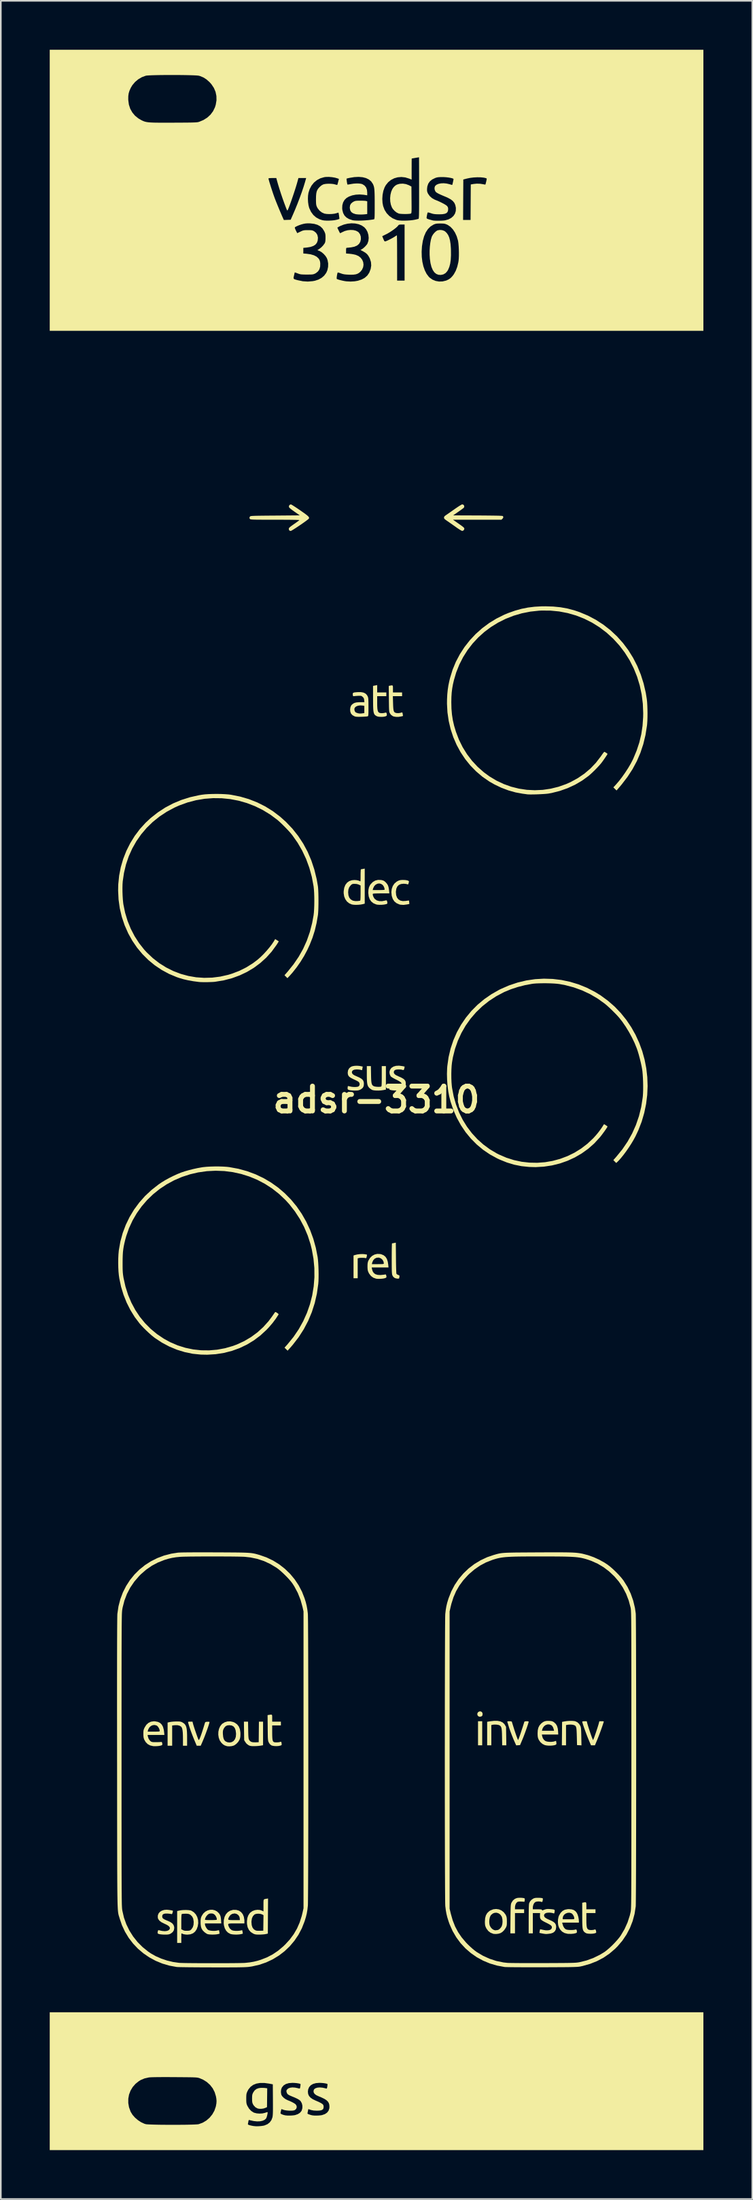
<source format=kicad_pcb>
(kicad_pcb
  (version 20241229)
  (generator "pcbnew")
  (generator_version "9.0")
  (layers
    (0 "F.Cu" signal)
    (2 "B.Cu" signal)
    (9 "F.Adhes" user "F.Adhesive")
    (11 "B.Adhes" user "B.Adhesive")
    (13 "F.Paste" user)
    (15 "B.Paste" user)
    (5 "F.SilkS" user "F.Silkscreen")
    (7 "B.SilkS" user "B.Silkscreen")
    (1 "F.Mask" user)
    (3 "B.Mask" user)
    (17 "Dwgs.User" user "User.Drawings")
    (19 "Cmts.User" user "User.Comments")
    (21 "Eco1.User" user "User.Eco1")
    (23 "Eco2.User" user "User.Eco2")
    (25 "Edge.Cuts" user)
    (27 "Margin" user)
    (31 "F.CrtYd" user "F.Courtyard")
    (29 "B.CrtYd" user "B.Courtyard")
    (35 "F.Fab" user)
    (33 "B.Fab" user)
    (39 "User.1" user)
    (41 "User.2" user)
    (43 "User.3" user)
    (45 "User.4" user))
  (footprint "adsr-3310"
    (layer "F.Cu")
    (at 20.03 64.365)
    (property "Reference" "adsr-3310" (at 0 0 0) (layer "F.SilkS") (effects (font (size 1.524 1.524) (thickness 0.3))))
    (attr board_only exclude_from_pos_files exclude_from_bom)
    (fp_poly (pts (xy 6.49 39.576) (xy 6.235 39.576) (xy 6.235 38.1) (xy 6.49 38.1)) (stroke (width 0) (type solid)) (fill yes) (layer "F.SilkS"))
    (fp_poly (pts (xy 6.462 37.529) (xy 6.506 37.593) (xy 6.515 37.65) (xy 6.509 37.716) (xy 6.495 37.761) (xy 6.445 37.802) (xy 6.371 37.824) (xy 6.3 37.82) (xy 6.294 37.818) (xy 6.225 37.769) (xy 6.191 37.696) (xy 6.194 37.615) (xy 6.239 37.543) (xy 6.24 37.541) (xy 6.316 37.498) (xy 6.394 37.496)) (stroke (width 0) (type solid)) (fill yes) (layer "F.SilkS"))
    (fp_poly (pts (xy -0.735 9.468) (xy -0.653 9.481) (xy -0.595 9.492) (xy -0.574 9.498) (xy -0.576 9.525) (xy -0.585 9.585) (xy -0.591 9.615) (xy -0.609 9.683) (xy -0.629 9.71) (xy -0.661 9.71) (xy -0.668 9.707) (xy -0.734 9.696) (xy -0.83 9.691) (xy -0.935 9.691) (xy -1.029 9.696) (xy -1.088 9.707) (xy -1.145 9.726) (xy -1.145 10.944) (xy -1.4 10.944) (xy -1.4 9.548) (xy -1.317 9.521) (xy -1.172 9.486) (xy -1.004 9.465) (xy -0.84 9.46)) (stroke (width 0) (type solid)) (fill yes) (layer "F.SilkS"))
    (fp_poly (pts (xy -6.879 60.578) (xy -6.808 60.585) (xy -6.693 60.602) (xy -6.706 61.756) (xy -6.802 61.801) (xy -6.923 61.841) (xy -7.061 61.86) (xy -7.194 61.857) (xy -7.288 61.836) (xy -7.418 61.764) (xy -7.522 61.653) (xy -7.567 61.578) (xy -7.594 61.517) (xy -7.611 61.448) (xy -7.619 61.357) (xy -7.622 61.234) (xy -7.62 61.113) (xy -7.613 61.026) (xy -7.598 60.958) (xy -7.571 60.893) (xy -7.558 60.865) (xy -7.467 60.733) (xy -7.353 60.642) (xy -7.21 60.591) (xy -7.1 60.577) (xy -6.989 60.575)) (stroke (width 0) (type solid)) (fill yes) (layer "F.SilkS"))
    (fp_poly (pts (xy -0.868 -55.112) (xy -0.757 -55.108) (xy -0.671 -55.101) (xy -0.63 -55.094) (xy -0.56 -55.075) (xy -0.56 -54.294) (xy -0.694 -54.278) (xy -0.827 -54.267) (xy -0.974 -54.264) (xy -1.116 -54.269) (xy -1.235 -54.281) (xy -1.28 -54.289) (xy -1.429 -54.34) (xy -1.534 -54.414) (xy -1.599 -54.515) (xy -1.627 -54.648) (xy -1.629 -54.698) (xy -1.613 -54.825) (xy -1.561 -54.926) (xy -1.467 -55.011) (xy -1.39 -55.057) (xy -1.336 -55.082) (xy -1.279 -55.099) (xy -1.206 -55.108) (xy -1.104 -55.113) (xy -0.993 -55.113)) (stroke (width 0) (type solid)) (fill yes) (layer "F.SilkS"))
    (fp_poly (pts (xy 7.434 38.077) (xy 7.608 38.11) (xy 7.746 38.176) (xy 7.85 38.274) (xy 7.881 38.32) (xy 7.953 38.444) (xy 7.962 39.01) (xy 7.97 39.576) (xy 7.716 39.576) (xy 7.707 39.061) (xy 7.703 38.862) (xy 7.696 38.707) (xy 7.685 38.589) (xy 7.668 38.503) (xy 7.644 38.44) (xy 7.611 38.395) (xy 7.568 38.361) (xy 7.534 38.342) (xy 7.462 38.32) (xy 7.36 38.307) (xy 7.248 38.304) (xy 7.147 38.312) (xy 7.107 38.32) (xy 7.05 38.335) (xy 7.05 39.576) (xy 6.795 39.576) (xy 6.795 38.133) (xy 6.972 38.104) (xy 7.222 38.075)) (stroke (width 0) (type solid)) (fill yes) (layer "F.SilkS"))
    (fp_poly (pts (xy -7.86 38.641) (xy -7.856 38.823) (xy -7.852 38.961) (xy -7.845 39.064) (xy -7.837 39.138) (xy -7.826 39.19) (xy -7.811 39.229) (xy -7.806 39.238) (xy -7.75 39.315) (xy -7.674 39.364) (xy -7.569 39.389) (xy -7.425 39.393) (xy -7.412 39.393) (xy -7.215 39.385) (xy -7.202 38.125) (xy -6.948 38.125) (xy -6.948 39.571) (xy -7.109 39.599) (xy -7.214 39.612) (xy -7.344 39.622) (xy -7.475 39.627) (xy -7.5 39.627) (xy -7.621 39.625) (xy -7.708 39.616) (xy -7.776 39.597) (xy -7.841 39.568) (xy -7.959 39.478) (xy -8.03 39.385) (xy -8.106 39.262) (xy -8.114 38.694) (xy -8.122 38.125) (xy -7.869 38.125)) (stroke (width 0) (type solid)) (fill yes) (layer "F.SilkS"))
    (fp_poly (pts (xy -12.132 38.115) (xy -12.046 38.12) (xy -11.982 38.133) (xy -11.926 38.156) (xy -11.887 38.176) (xy -11.805 38.229) (xy -11.741 38.29) (xy -11.691 38.365) (xy -11.655 38.461) (xy -11.63 38.584) (xy -11.615 38.74) (xy -11.607 38.935) (xy -11.606 39.132) (xy -11.606 39.602) (xy -11.86 39.602) (xy -11.86 39.201) (xy -11.863 38.976) (xy -11.871 38.796) (xy -11.886 38.656) (xy -11.908 38.552) (xy -11.938 38.478) (xy -11.966 38.439) (xy -12.06 38.376) (xy -12.189 38.343) (xy -12.348 38.342) (xy -12.37 38.344) (xy -12.522 38.361) (xy -12.522 39.602) (xy -12.802 39.602) (xy -12.802 38.18) (xy -12.655 38.147) (xy -12.563 38.133) (xy -12.441 38.121) (xy -12.309 38.115) (xy -12.255 38.114)) (stroke (width 0) (type solid)) (fill yes) (layer "F.SilkS"))
    (fp_poly (pts (xy 12.127 38.088) (xy 12.197 38.101) (xy 12.326 38.162) (xy 12.435 38.264) (xy 12.506 38.379) (xy 12.524 38.423) (xy 12.537 38.471) (xy 12.548 38.531) (xy 12.555 38.611) (xy 12.561 38.719) (xy 12.565 38.863) (xy 12.568 39.037) (xy 12.578 39.579) (xy 12.442 39.571) (xy 12.306 39.563) (xy 12.293 39.029) (xy 12.287 38.831) (xy 12.28 38.677) (xy 12.27 38.562) (xy 12.254 38.478) (xy 12.232 38.419) (xy 12.201 38.379) (xy 12.16 38.352) (xy 12.109 38.331) (xy 12.014 38.311) (xy 11.893 38.304) (xy 11.769 38.311) (xy 11.711 38.32) (xy 11.631 38.335) (xy 11.631 39.576) (xy 11.376 39.576) (xy 11.383 38.857) (xy 11.389 38.139) (xy 11.555 38.108) (xy 11.697 38.088) (xy 11.85 38.078) (xy 11.999 38.078)) (stroke (width 0) (type solid)) (fill yes) (layer "F.SilkS"))
    (fp_poly (pts (xy 8.892 48.924) (xy 8.988 48.933) (xy 9.06 48.947) (xy 9.09 48.961) (xy 9.102 49.002) (xy 9.1 49.068) (xy 9.098 49.077) (xy 9.081 49.167) (xy 8.899 49.155) (xy 8.763 49.153) (xy 8.672 49.168) (xy 8.653 49.176) (xy 8.583 49.24) (xy 8.531 49.338) (xy 8.503 49.458) (xy 8.501 49.508) (xy 8.501 49.629) (xy 9.061 49.629) (xy 9.061 49.858) (xy 8.501 49.858) (xy 8.501 51.105) (xy 8.217 51.105) (xy 8.225 50.221) (xy 8.227 49.984) (xy 8.23 49.792) (xy 8.233 49.64) (xy 8.236 49.522) (xy 8.241 49.432) (xy 8.247 49.365) (xy 8.255 49.314) (xy 8.265 49.275) (xy 8.278 49.241) (xy 8.287 49.221) (xy 8.374 49.087) (xy 8.493 48.989) (xy 8.61 48.94) (xy 8.688 48.927) (xy 8.787 48.922)) (stroke (width 0) (type solid)) (fill yes) (layer "F.SilkS"))
    (fp_poly (pts (xy 1.818 -56.128) (xy 2 -56.06) (xy 2.024 -56.047) (xy 2.151 -55.979) (xy 2.157 -55.161) (xy 2.159 -54.935) (xy 2.16 -54.754) (xy 2.16 -54.614) (xy 2.158 -54.509) (xy 2.155 -54.434) (xy 2.149 -54.383) (xy 2.142 -54.351) (xy 2.133 -54.334) (xy 2.12 -54.325) (xy 2.119 -54.324) (xy 2.058 -54.31) (xy 1.96 -54.301) (xy 1.838 -54.296) (xy 1.706 -54.296) (xy 1.577 -54.3) (xy 1.466 -54.308) (xy 1.385 -54.321) (xy 1.372 -54.325) (xy 1.249 -54.384) (xy 1.127 -54.478) (xy 1.02 -54.592) (xy 0.955 -54.694) (xy 0.889 -54.868) (xy 0.852 -55.063) (xy 0.844 -55.269) (xy 0.864 -55.472) (xy 0.91 -55.663) (xy 0.982 -55.83) (xy 1.064 -55.946) (xy 1.156 -56.035) (xy 1.253 -56.094) (xy 1.372 -56.133) (xy 1.443 -56.148) (xy 1.626 -56.158)) (stroke (width 0) (type solid)) (fill yes) (layer "F.SilkS"))
    (fp_poly (pts (xy 4.034 -53.307) (xy 4.161 -53.263) (xy 4.219 -53.226) (xy 4.321 -53.126) (xy 4.404 -53.004) (xy 4.469 -52.855) (xy 4.517 -52.673) (xy 4.55 -52.455) (xy 4.57 -52.193) (xy 4.574 -52.082) (xy 4.576 -51.764) (xy 4.561 -51.49) (xy 4.528 -51.255) (xy 4.475 -51.053) (xy 4.402 -50.881) (xy 4.348 -50.789) (xy 4.241 -50.671) (xy 4.108 -50.594) (xy 3.955 -50.561) (xy 3.81 -50.57) (xy 3.675 -50.622) (xy 3.557 -50.72) (xy 3.459 -50.863) (xy 3.379 -51.051) (xy 3.32 -51.282) (xy 3.281 -51.554) (xy 3.281 -51.559) (xy 3.266 -51.799) (xy 3.266 -52.045) (xy 3.28 -52.287) (xy 3.306 -52.514) (xy 3.343 -52.717) (xy 3.391 -52.883) (xy 3.41 -52.93) (xy 3.469 -53.033) (xy 3.55 -53.135) (xy 3.641 -53.223) (xy 3.728 -53.283) (xy 3.759 -53.296) (xy 3.894 -53.319)) (stroke (width 0) (type solid)) (fill yes) (layer "F.SilkS"))
    (fp_poly (pts (xy 0.051 -24.967) (xy 0.611 -24.967) (xy 0.611 -24.738) (xy 0.051 -24.738) (xy 0.051 -24.33) (xy 0.053 -24.132) (xy 0.062 -23.98) (xy 0.08 -23.867) (xy 0.109 -23.787) (xy 0.153 -23.736) (xy 0.213 -23.708) (xy 0.292 -23.696) (xy 0.34 -23.695) (xy 0.429 -23.701) (xy 0.507 -23.716) (xy 0.524 -23.721) (xy 0.584 -23.735) (xy 0.619 -23.715) (xy 0.637 -23.654) (xy 0.641 -23.621) (xy 0.641 -23.562) (xy 0.618 -23.529) (xy 0.56 -23.502) (xy 0.464 -23.48) (xy 0.345 -23.47) (xy 0.22 -23.471) (xy 0.109 -23.484) (xy 0.034 -23.507) (xy -0.026 -23.539) (xy -0.075 -23.574) (xy -0.114 -23.617) (xy -0.144 -23.674) (xy -0.166 -23.749) (xy -0.182 -23.849) (xy -0.192 -23.978) (xy -0.198 -24.141) (xy -0.201 -24.345) (xy -0.202 -24.595) (xy -0.202 -24.601) (xy -0.204 -25.368) (xy -0.076 -25.393) (xy 0.051 -25.418)) (stroke (width 0) (type solid)) (fill yes) (layer "F.SilkS"))
    (fp_poly (pts (xy -0.326 -1.546) (xy -0.322 -1.347) (xy -0.315 -1.192) (xy -0.304 -1.075) (xy -0.287 -0.988) (xy -0.263 -0.926) (xy -0.231 -0.881) (xy -0.188 -0.847) (xy -0.154 -0.828) (xy -0.087 -0.808) (xy 0.01 -0.794) (xy 0.118 -0.788) (xy 0.217 -0.791) (xy 0.288 -0.804) (xy 0.291 -0.804) (xy 0.303 -0.815) (xy 0.313 -0.838) (xy 0.32 -0.88) (xy 0.325 -0.948) (xy 0.328 -1.046) (xy 0.33 -1.182) (xy 0.331 -1.36) (xy 0.331 -1.441) (xy 0.331 -2.062) (xy 0.585 -2.062) (xy 0.585 -0.62) (xy 0.423 -0.59) (xy 0.284 -0.571) (xy 0.135 -0.562) (xy -0.011 -0.563) (xy -0.14 -0.574) (xy -0.236 -0.593) (xy -0.255 -0.6) (xy -0.331 -0.644) (xy -0.41 -0.704) (xy -0.427 -0.72) (xy -0.476 -0.774) (xy -0.514 -0.836) (xy -0.543 -0.912) (xy -0.563 -1.009) (xy -0.576 -1.134) (xy -0.583 -1.294) (xy -0.585 -1.496) (xy -0.585 -1.557) (xy -0.585 -2.062) (xy -0.335 -2.062)) (stroke (width 0) (type solid)) (fill yes) (layer "F.SilkS"))
    (fp_poly (pts (xy 1.202 9.694) (xy 1.204 9.908) (xy 1.207 10.108) (xy 1.211 10.286) (xy 1.216 10.437) (xy 1.221 10.555) (xy 1.226 10.635) (xy 1.231 10.669) (xy 1.268 10.706) (xy 1.331 10.738) (xy 1.341 10.742) (xy 1.399 10.766) (xy 1.42 10.795) (xy 1.415 10.846) (xy 1.415 10.848) (xy 1.404 10.91) (xy 1.4 10.947) (xy 1.378 10.964) (xy 1.322 10.969) (xy 1.249 10.962) (xy 1.173 10.945) (xy 1.123 10.926) (xy 1.036 10.856) (xy 0.99 10.78) (xy 0.977 10.749) (xy 0.967 10.714) (xy 0.96 10.667) (xy 0.954 10.605) (xy 0.949 10.522) (xy 0.946 10.412) (xy 0.944 10.269) (xy 0.943 10.09) (xy 0.942 9.867) (xy 0.942 9.741) (xy 0.943 9.529) (xy 0.944 9.333) (xy 0.946 9.16) (xy 0.949 9.015) (xy 0.952 8.904) (xy 0.956 8.832) (xy 0.961 8.805) (xy 0.961 8.805) (xy 0.996 8.8) (xy 1.06 8.788) (xy 1.087 8.783) (xy 1.193 8.762)) (stroke (width 0) (type solid)) (fill yes) (layer "F.SilkS"))
    (fp_poly (pts (xy 1.004 -25.376) (xy 1.016 -25.32) (xy 1.018 -25.225) (xy 1.018 -25.184) (xy 1.018 -24.967) (xy 1.578 -24.967) (xy 1.578 -24.738) (xy 1.012 -24.738) (xy 1.024 -24.312) (xy 1.03 -24.13) (xy 1.039 -23.991) (xy 1.052 -23.89) (xy 1.072 -23.818) (xy 1.099 -23.77) (xy 1.135 -23.738) (xy 1.162 -23.723) (xy 1.257 -23.699) (xy 1.374 -23.698) (xy 1.487 -23.719) (xy 1.499 -23.723) (xy 1.557 -23.74) (xy 1.589 -23.742) (xy 1.591 -23.741) (xy 1.601 -23.712) (xy 1.614 -23.651) (xy 1.618 -23.628) (xy 1.634 -23.524) (xy 1.518 -23.495) (xy 1.361 -23.469) (xy 1.204 -23.469) (xy 1.067 -23.493) (xy 1.003 -23.517) (xy 0.896 -23.597) (xy 0.838 -23.676) (xy 0.821 -23.707) (xy 0.807 -23.738) (xy 0.796 -23.775) (xy 0.788 -23.823) (xy 0.782 -23.888) (xy 0.778 -23.977) (xy 0.774 -24.096) (xy 0.772 -24.25) (xy 0.769 -24.446) (xy 0.768 -24.576) (xy 0.76 -25.367) (xy 0.841 -25.384) (xy 0.924 -25.399) (xy 0.976 -25.399)) (stroke (width 0) (type solid)) (fill yes) (layer "F.SilkS"))
    (fp_poly (pts (xy 9.293 38.104) (xy 9.334 38.117) (xy 9.34 38.127) (xy 9.332 38.171) (xy 9.308 38.254) (xy 9.271 38.367) (xy 9.225 38.503) (xy 9.173 38.652) (xy 9.117 38.807) (xy 9.06 38.959) (xy 9.006 39.099) (xy 8.962 39.207) (xy 8.812 39.563) (xy 8.575 39.579) (xy 8.501 39.415) (xy 8.406 39.199) (xy 8.313 38.969) (xy 8.227 38.743) (xy 8.154 38.537) (xy 8.118 38.423) (xy 8.085 38.313) (xy 8.056 38.22) (xy 8.036 38.155) (xy 8.029 38.132) (xy 8.039 38.112) (xy 8.089 38.102) (xy 8.159 38.1) (xy 8.252 38.106) (xy 8.302 38.123) (xy 8.308 38.132) (xy 8.386 38.383) (xy 8.457 38.61) (xy 8.522 38.806) (xy 8.576 38.964) (xy 8.609 39.054) (xy 8.688 39.258) (xy 8.734 39.156) (xy 8.753 39.108) (xy 8.784 39.02) (xy 8.825 38.903) (xy 8.871 38.767) (xy 8.919 38.62) (xy 8.968 38.473) (xy 9.012 38.336) (xy 9.049 38.217) (xy 9.075 38.132) (xy 9.102 38.114) (xy 9.16 38.103) (xy 9.229 38.1)) (stroke (width 0) (type solid)) (fill yes) (layer "F.SilkS"))
    (fp_poly (pts (xy 12.836 49.198) (xy 12.864 49.221) (xy 12.876 49.277) (xy 12.878 49.372) (xy 12.878 49.413) (xy 12.878 49.629) (xy 13.438 49.629) (xy 13.438 49.858) (xy 12.878 49.858) (xy 12.878 50.266) (xy 12.88 50.464) (xy 12.889 50.616) (xy 12.906 50.729) (xy 12.936 50.808) (xy 12.98 50.859) (xy 13.041 50.888) (xy 13.122 50.9) (xy 13.184 50.902) (xy 13.27 50.896) (xy 13.342 50.883) (xy 13.366 50.874) (xy 13.414 50.86) (xy 13.447 50.883) (xy 13.47 50.949) (xy 13.476 50.98) (xy 13.484 51.038) (xy 13.47 51.07) (xy 13.424 51.091) (xy 13.393 51.101) (xy 13.294 51.12) (xy 13.174 51.128) (xy 13.049 51.127) (xy 12.939 51.115) (xy 12.865 51.095) (xy 12.795 51.054) (xy 12.742 51.009) (xy 12.711 50.97) (xy 12.686 50.927) (xy 12.666 50.874) (xy 12.651 50.806) (xy 12.64 50.716) (xy 12.633 50.599) (xy 12.628 50.45) (xy 12.626 50.261) (xy 12.625 50.029) (xy 12.625 49.995) (xy 12.624 49.228) (xy 12.703 49.212) (xy 12.785 49.197)) (stroke (width 0) (type solid)) (fill yes) (layer "F.SilkS"))
    (fp_poly (pts (xy -6.402 37.717) (xy -6.39 37.769) (xy -6.388 37.86) (xy -6.388 37.909) (xy -6.388 38.125) (xy -5.854 38.125) (xy -5.854 38.355) (xy -6.388 38.355) (xy -6.388 38.788) (xy -6.386 38.976) (xy -6.38 39.119) (xy -6.369 39.225) (xy -6.35 39.298) (xy -6.324 39.346) (xy -6.289 39.375) (xy -6.273 39.382) (xy -6.206 39.395) (xy -6.112 39.397) (xy -6.013 39.391) (xy -5.932 39.377) (xy -5.915 39.372) (xy -5.864 39.356) (xy -5.835 39.364) (xy -5.82 39.406) (xy -5.811 39.467) (xy -5.805 39.531) (xy -5.819 39.565) (xy -5.865 39.586) (xy -5.898 39.597) (xy -6.017 39.62) (xy -6.152 39.626) (xy -6.285 39.618) (xy -6.398 39.594) (xy -6.443 39.576) (xy -6.534 39.501) (xy -6.596 39.405) (xy -6.612 39.369) (xy -6.626 39.334) (xy -6.636 39.292) (xy -6.644 39.239) (xy -6.65 39.168) (xy -6.655 39.072) (xy -6.658 38.946) (xy -6.66 38.783) (xy -6.663 38.577) (xy -6.663 38.504) (xy -6.671 37.725) (xy -6.574 37.709) (xy -6.486 37.696) (xy -6.431 37.695)) (stroke (width 0) (type solid)) (fill yes) (layer "F.SilkS"))
    (fp_poly (pts (xy 12.929 38.208) (xy 12.953 38.294) (xy 12.989 38.414) (xy 13.034 38.555) (xy 13.083 38.704) (xy 13.133 38.851) (xy 13.179 38.982) (xy 13.216 39.085) (xy 13.236 39.134) (xy 13.289 39.258) (xy 13.324 39.175) (xy 13.357 39.093) (xy 13.4 38.974) (xy 13.449 38.833) (xy 13.5 38.681) (xy 13.549 38.533) (xy 13.591 38.4) (xy 13.622 38.296) (xy 13.629 38.272) (xy 13.675 38.1) (xy 13.811 38.1) (xy 13.886 38.102) (xy 13.936 38.108) (xy 13.947 38.113) (xy 13.938 38.152) (xy 13.915 38.23) (xy 13.878 38.34) (xy 13.833 38.472) (xy 13.781 38.618) (xy 13.726 38.77) (xy 13.67 38.919) (xy 13.617 39.057) (xy 13.569 39.176) (xy 13.564 39.191) (xy 13.404 39.576) (xy 13.163 39.576) (xy 13.007 39.209) (xy 12.956 39.085) (xy 12.901 38.943) (xy 12.843 38.79) (xy 12.787 38.635) (xy 12.734 38.487) (xy 12.689 38.353) (xy 12.653 38.242) (xy 12.631 38.162) (xy 12.624 38.125) (xy 12.647 38.111) (xy 12.706 38.102) (xy 12.763 38.1) (xy 12.902 38.1)) (stroke (width 0) (type solid)) (fill yes) (layer "F.SilkS"))
    (fp_poly (pts (xy -11.245 38.246) (xy -11.224 38.323) (xy -11.191 38.428) (xy -11.151 38.554) (xy -11.105 38.691) (xy -11.057 38.83) (xy -11.01 38.963) (xy -10.968 39.081) (xy -10.933 39.173) (xy -10.908 39.233) (xy -10.899 39.25) (xy -10.877 39.241) (xy -10.844 39.184) (xy -10.8 39.081) (xy -10.746 38.934) (xy -10.682 38.745) (xy -10.608 38.515) (xy -10.526 38.245) (xy -10.513 38.202) (xy -10.496 38.163) (xy -10.462 38.143) (xy -10.398 38.133) (xy -10.363 38.13) (xy -10.289 38.13) (xy -10.241 38.137) (xy -10.231 38.144) (xy -10.24 38.196) (xy -10.266 38.288) (xy -10.305 38.41) (xy -10.355 38.556) (xy -10.413 38.718) (xy -10.475 38.887) (xy -10.54 39.056) (xy -10.605 39.216) (xy -10.666 39.361) (xy -10.668 39.366) (xy -10.771 39.602) (xy -11.016 39.602) (xy -11.174 39.226) (xy -11.243 39.056) (xy -11.314 38.872) (xy -11.382 38.686) (xy -11.444 38.509) (xy -11.495 38.351) (xy -11.531 38.226) (xy -11.539 38.195) (xy -11.546 38.155) (xy -11.537 38.135) (xy -11.499 38.127) (xy -11.421 38.125) (xy -11.275 38.125)) (stroke (width 0) (type solid)) (fill yes) (layer "F.SilkS"))
    (fp_poly (pts (xy 1.768 -13.467) (xy 1.88 -13.45) (xy 1.959 -13.423) (xy 1.998 -13.389) (xy 2 -13.366) (xy 1.985 -13.309) (xy 1.971 -13.255) (xy 1.954 -13.208) (xy 1.924 -13.2) (xy 1.887 -13.212) (xy 1.825 -13.227) (xy 1.734 -13.237) (xy 1.667 -13.241) (xy 1.507 -13.223) (xy 1.38 -13.167) (xy 1.286 -13.073) (xy 1.225 -12.941) (xy 1.199 -12.771) (xy 1.197 -12.725) (xy 1.214 -12.541) (xy 1.266 -12.392) (xy 1.352 -12.282) (xy 1.47 -12.209) (xy 1.62 -12.177) (xy 1.799 -12.185) (xy 1.817 -12.188) (xy 1.905 -12.202) (xy 1.97 -12.21) (xy 1.999 -12.211) (xy 2 -12.21) (xy 2.006 -12.183) (xy 2.013 -12.123) (xy 2.015 -12.102) (xy 2.023 -12) (xy 1.883 -11.971) (xy 1.667 -11.943) (xy 1.479 -11.955) (xy 1.408 -11.973) (xy 1.237 -12.049) (xy 1.104 -12.158) (xy 1.008 -12.302) (xy 0.947 -12.482) (xy 0.941 -12.511) (xy 0.921 -12.726) (xy 0.943 -12.924) (xy 1.006 -13.1) (xy 1.106 -13.25) (xy 1.243 -13.368) (xy 1.308 -13.405) (xy 1.395 -13.444) (xy 1.48 -13.464) (xy 1.586 -13.472) (xy 1.629 -13.473)) (stroke (width 0) (type solid)) (fill yes) (layer "F.SilkS"))
    (fp_poly (pts (xy -6.649 50.041) (xy -6.655 51.118) (xy -6.783 51.147) (xy -6.866 51.161) (xy -6.98 51.171) (xy -7.107 51.178) (xy -7.164 51.179) (xy -7.291 51.178) (xy -7.383 51.172) (xy -7.455 51.157) (xy -7.522 51.133) (xy -7.548 51.121) (xy -7.701 51.024) (xy -7.816 50.893) (xy -7.894 50.729) (xy -7.933 50.534) (xy -7.935 50.417) (xy -7.66 50.417) (xy -7.644 50.6) (xy -7.598 50.743) (xy -7.521 50.846) (xy -7.492 50.869) (xy -7.433 50.908) (xy -7.381 50.931) (xy -7.321 50.943) (xy -7.238 50.946) (xy -7.139 50.945) (xy -6.935 50.94) (xy -6.922 49.987) (xy -7.005 49.943) (xy -7.102 49.91) (xy -7.219 49.897) (xy -7.337 49.903) (xy -7.436 49.928) (xy -7.474 49.949) (xy -7.57 50.05) (xy -7.632 50.187) (xy -7.659 50.361) (xy -7.66 50.417) (xy -7.935 50.417) (xy -7.935 50.357) (xy -7.912 50.167) (xy -7.86 50.013) (xy -7.778 49.883) (xy -7.723 49.824) (xy -7.6 49.737) (xy -7.45 49.681) (xy -7.289 49.659) (xy -7.13 49.672) (xy -7.002 49.717) (xy -6.923 49.758) (xy -6.923 49.39) (xy -6.923 49.244) (xy -6.921 49.141) (xy -6.914 49.073) (xy -6.897 49.031) (xy -6.867 49.008) (xy -6.821 48.995) (xy -6.754 48.984) (xy -6.738 48.981) (xy -6.642 48.965)) (stroke (width 0) (type solid)) (fill yes) (layer "F.SilkS"))
    (fp_poly (pts (xy 10.709 38.087) (xy 10.786 38.104) (xy 10.852 38.135) (xy 10.896 38.164) (xy 11.005 38.264) (xy 11.081 38.391) (xy 11.126 38.55) (xy 11.143 38.701) (xy 11.154 38.914) (xy 10.149 38.914) (xy 10.167 39.01) (xy 10.209 39.138) (xy 10.28 39.244) (xy 10.367 39.313) (xy 10.465 39.346) (xy 10.592 39.363) (xy 10.728 39.365) (xy 10.854 39.35) (xy 10.899 39.339) (xy 11.019 39.302) (xy 11.035 39.388) (xy 11.042 39.457) (xy 11.038 39.508) (xy 11.038 39.51) (xy 11 39.542) (xy 10.924 39.568) (xy 10.819 39.586) (xy 10.698 39.596) (xy 10.57 39.596) (xy 10.448 39.586) (xy 10.342 39.565) (xy 10.332 39.563) (xy 10.189 39.493) (xy 10.062 39.385) (xy 9.966 39.249) (xy 9.949 39.215) (xy 9.918 39.137) (xy 9.9 39.059) (xy 9.891 38.965) (xy 9.888 38.838) (xy 9.897 38.685) (xy 10.154 38.685) (xy 10.897 38.685) (xy 10.879 38.603) (xy 10.837 38.476) (xy 10.776 38.381) (xy 10.733 38.345) (xy 10.616 38.297) (xy 10.495 38.294) (xy 10.381 38.333) (xy 10.282 38.408) (xy 10.206 38.516) (xy 10.17 38.615) (xy 10.154 38.685) (xy 9.897 38.685) (xy 9.899 38.647) (xy 9.936 38.492) (xy 10.001 38.362) (xy 10.1 38.248) (xy 10.122 38.228) (xy 10.227 38.148) (xy 10.331 38.1) (xy 10.451 38.079) (xy 10.601 38.079)) (stroke (width 0) (type solid)) (fill yes) (layer "F.SilkS"))
    (fp_poly (pts (xy -8.777 38.147) (xy -8.678 38.192) (xy -8.538 38.293) (xy -8.435 38.424) (xy -8.369 38.588) (xy -8.338 38.786) (xy -8.336 38.876) (xy -8.339 39.004) (xy -8.35 39.099) (xy -8.372 39.18) (xy -8.396 39.239) (xy -8.472 39.365) (xy -8.576 39.479) (xy -8.692 39.565) (xy -8.741 39.59) (xy -8.86 39.624) (xy -8.999 39.639) (xy -9.128 39.634) (xy -9.17 39.626) (xy -9.3 39.582) (xy -9.407 39.515) (xy -9.511 39.414) (xy -9.512 39.412) (xy -9.607 39.27) (xy -9.667 39.103) (xy -9.694 38.924) (xy -9.689 38.766) (xy -9.414 38.766) (xy -9.412 38.877) (xy -9.411 38.889) (xy -9.394 39.064) (xy -9.357 39.196) (xy -9.298 39.291) (xy -9.243 39.337) (xy -9.122 39.391) (xy -8.991 39.404) (xy -8.866 39.378) (xy -8.759 39.313) (xy -8.754 39.308) (xy -8.669 39.197) (xy -8.62 39.059) (xy -8.605 38.889) (xy -8.607 38.833) (xy -8.631 38.653) (xy -8.683 38.515) (xy -8.763 38.418) (xy -8.872 38.361) (xy -9.013 38.342) (xy -9.014 38.342) (xy -9.142 38.356) (xy -9.24 38.402) (xy -9.319 38.488) (xy -9.361 38.56) (xy -9.391 38.625) (xy -9.407 38.688) (xy -9.414 38.766) (xy -9.689 38.766) (xy -9.688 38.741) (xy -9.649 38.566) (xy -9.579 38.409) (xy -9.477 38.279) (xy -9.448 38.253) (xy -9.298 38.162) (xy -9.13 38.113) (xy -8.953 38.108)) (stroke (width 0) (type solid)) (fill yes) (layer "F.SilkS"))
    (fp_poly (pts (xy -11.513 49.679) (xy -11.401 49.696) (xy -11.344 49.714) (xy -11.192 49.81) (xy -11.071 49.94) (xy -10.984 50.099) (xy -10.935 50.28) (xy -10.924 50.477) (xy -10.954 50.673) (xy -11.021 50.857) (xy -11.118 50.999) (xy -11.245 51.101) (xy -11.402 51.162) (xy -11.586 51.182) (xy -11.694 51.176) (xy -11.794 51.16) (xy -11.851 51.144) (xy -11.912 51.119) (xy -11.949 51.106) (xy -11.952 51.105) (xy -11.956 51.129) (xy -11.959 51.194) (xy -11.961 51.289) (xy -11.962 51.398) (xy -11.962 51.691) (xy -12.216 51.691) (xy -12.216 50.85) (xy -11.962 50.85) (xy -11.866 50.901) (xy -11.796 50.932) (xy -11.717 50.945) (xy -11.61 50.946) (xy -11.596 50.946) (xy -11.501 50.94) (xy -11.44 50.927) (xy -11.394 50.902) (xy -11.347 50.857) (xy -11.337 50.846) (xy -11.256 50.726) (xy -11.212 50.582) (xy -11.202 50.405) (xy -11.205 50.363) (xy -11.232 50.202) (xy -11.291 50.077) (xy -11.385 49.981) (xy -11.422 49.955) (xy -11.484 49.923) (xy -11.552 49.906) (xy -11.643 49.899) (xy -11.709 49.899) (xy -11.806 49.902) (xy -11.884 49.908) (xy -11.929 49.918) (xy -11.932 49.919) (xy -11.944 49.944) (xy -11.952 50.006) (xy -11.958 50.109) (xy -11.961 50.255) (xy -11.962 50.394) (xy -11.962 50.85) (xy -12.216 50.85) (xy -12.216 49.735) (xy -12.07 49.702) (xy -11.943 49.682) (xy -11.799 49.672) (xy -11.651 49.671)) (stroke (width 0) (type solid)) (fill yes) (layer "F.SilkS"))
    (fp_poly (pts (xy 5.333 -36.476) (xy 5.379 -36.425) (xy 5.392 -36.359) (xy 5.367 -36.295) (xy 5.357 -36.284) (xy 5.323 -36.256) (xy 5.256 -36.206) (xy 5.164 -36.139) (xy 5.056 -36.063) (xy 5.015 -36.034) (xy 4.71 -35.822) (xy 6.215 -35.816) (xy 6.566 -35.814) (xy 6.869 -35.811) (xy 7.123 -35.808) (xy 7.332 -35.805) (xy 7.498 -35.801) (xy 7.62 -35.796) (xy 7.703 -35.79) (xy 7.746 -35.784) (xy 7.754 -35.781) (xy 7.786 -35.727) (xy 7.771 -35.662) (xy 7.729 -35.61) (xy 7.67 -35.555) (xy 4.698 -35.555) (xy 4.99 -35.352) (xy 5.131 -35.253) (xy 5.235 -35.178) (xy 5.308 -35.121) (xy 5.355 -35.08) (xy 5.382 -35.048) (xy 5.393 -35.02) (xy 5.396 -34.999) (xy 5.373 -34.931) (xy 5.317 -34.882) (xy 5.26 -34.869) (xy 5.221 -34.884) (xy 5.149 -34.924) (xy 5.054 -34.984) (xy 4.944 -35.058) (xy 4.887 -35.099) (xy 4.754 -35.193) (xy 4.615 -35.291) (xy 4.485 -35.382) (xy 4.377 -35.456) (xy 4.358 -35.469) (xy 4.26 -35.537) (xy 4.198 -35.587) (xy 4.164 -35.625) (xy 4.15 -35.661) (xy 4.148 -35.683) (xy 4.158 -35.733) (xy 4.192 -35.778) (xy 4.262 -35.832) (xy 4.269 -35.836) (xy 4.329 -35.877) (xy 4.42 -35.94) (xy 4.536 -36.021) (xy 4.666 -36.112) (xy 4.801 -36.207) (xy 4.93 -36.296) (xy 5.048 -36.375) (xy 5.148 -36.437) (xy 5.221 -36.479) (xy 5.261 -36.496) (xy 5.264 -36.497)) (stroke (width 0) (type solid)) (fill yes) (layer "F.SilkS"))
    (fp_poly (pts (xy 0.23 9.459) (xy 0.31 9.477) (xy 0.452 9.538) (xy 0.563 9.632) (xy 0.645 9.761) (xy 0.7 9.93) (xy 0.728 10.11) (xy 0.745 10.282) (xy -0.286 10.282) (xy -0.268 10.378) (xy -0.226 10.518) (xy -0.155 10.625) (xy -0.053 10.698) (xy 0.082 10.738) (xy 0.253 10.747) (xy 0.463 10.726) (xy 0.568 10.708) (xy 0.589 10.726) (xy 0.608 10.78) (xy 0.612 10.8) (xy 0.62 10.865) (xy 0.606 10.901) (xy 0.562 10.926) (xy 0.548 10.932) (xy 0.463 10.956) (xy 0.346 10.973) (xy 0.216 10.981) (xy 0.091 10.981) (xy -0.011 10.971) (xy -0.017 10.97) (xy -0.187 10.91) (xy -0.328 10.808) (xy -0.441 10.665) (xy -0.487 10.575) (xy -0.518 10.495) (xy -0.535 10.41) (xy -0.543 10.303) (xy -0.544 10.219) (xy -0.541 10.09) (xy -0.54 10.079) (xy -0.275 10.079) (xy 0.092 10.079) (xy 0.235 10.078) (xy 0.335 10.076) (xy 0.4 10.072) (xy 0.437 10.064) (xy 0.453 10.052) (xy 0.458 10.034) (xy 0.458 10.027) (xy 0.434 9.909) (xy 0.371 9.805) (xy 0.277 9.725) (xy 0.165 9.681) (xy 0.146 9.678) (xy 0.017 9.687) (xy -0.096 9.741) (xy -0.186 9.833) (xy -0.246 9.958) (xy -0.255 9.991) (xy -0.275 10.079) (xy -0.54 10.079) (xy -0.53 9.993) (xy -0.508 9.913) (xy -0.487 9.862) (xy -0.39 9.7) (xy -0.263 9.575) (xy -0.114 9.492) (xy 0.053 9.452)) (stroke (width 0) (type solid)) (fill yes) (layer "F.SilkS"))
    (fp_poly (pts (xy -0.713 -12.019) (xy -0.834 -11.988) (xy -0.963 -11.964) (xy -1.112 -11.95) (xy -1.265 -11.946) (xy -1.402 -11.953) (xy -1.508 -11.971) (xy -1.509 -11.971) (xy -1.67 -12.042) (xy -1.804 -12.151) (xy -1.906 -12.295) (xy -1.975 -12.466) (xy -2.005 -12.661) (xy -2.004 -12.713) (xy -1.73 -12.713) (xy -1.712 -12.531) (xy -1.659 -12.386) (xy -1.57 -12.278) (xy -1.449 -12.207) (xy -1.295 -12.176) (xy -1.176 -12.177) (xy -1.088 -12.186) (xy -1.021 -12.196) (xy -0.992 -12.204) (xy -0.983 -12.234) (xy -0.976 -12.308) (xy -0.971 -12.418) (xy -0.968 -12.558) (xy -0.967 -12.676) (xy -0.967 -13.132) (xy -1.068 -13.183) (xy -1.19 -13.223) (xy -1.325 -13.234) (xy -1.415 -13.232) (xy -1.474 -13.22) (xy -1.523 -13.19) (xy -1.578 -13.138) (xy -1.664 -13.025) (xy -1.714 -12.89) (xy -1.73 -12.722) (xy -1.73 -12.713) (xy -2.004 -12.713) (xy -2.003 -12.792) (xy -1.969 -12.999) (xy -1.9 -13.17) (xy -1.798 -13.304) (xy -1.665 -13.4) (xy -1.502 -13.455) (xy -1.355 -13.469) (xy -1.228 -13.462) (xy -1.12 -13.441) (xy -1.085 -13.429) (xy -1.022 -13.403) (xy -0.982 -13.388) (xy -0.977 -13.387) (xy -0.973 -13.411) (xy -0.97 -13.477) (xy -0.968 -13.576) (xy -0.967 -13.699) (xy -0.967 -13.756) (xy -0.966 -13.887) (xy -0.962 -13.997) (xy -0.957 -14.079) (xy -0.951 -14.122) (xy -0.948 -14.126) (xy -0.913 -14.132) (xy -0.848 -14.143) (xy -0.821 -14.148) (xy -0.713 -14.169)) (stroke (width 0) (type solid)) (fill yes) (layer "F.SilkS"))
    (fp_poly (pts (xy 7.515 49.633) (xy 7.673 49.7) (xy 7.81 49.806) (xy 7.919 49.948) (xy 7.95 50.007) (xy 7.977 50.076) (xy 7.993 50.151) (xy 8.002 50.246) (xy 8.004 50.376) (xy 8.004 50.38) (xy 8.003 50.503) (xy 7.997 50.59) (xy 7.983 50.656) (xy 7.959 50.717) (xy 7.937 50.762) (xy 7.839 50.907) (xy 7.722 51.022) (xy 7.608 51.09) (xy 7.48 51.127) (xy 7.337 51.143) (xy 7.204 51.137) (xy 7.17 51.13) (xy 7.001 51.064) (xy 6.862 50.958) (xy 6.751 50.809) (xy 6.714 50.736) (xy 6.683 50.658) (xy 6.665 50.576) (xy 6.657 50.474) (xy 6.656 50.398) (xy 6.922 50.398) (xy 6.933 50.537) (xy 6.958 50.631) (xy 7.017 50.738) (xy 7.098 50.827) (xy 7.192 50.889) (xy 7.287 50.917) (xy 7.351 50.912) (xy 7.406 50.903) (xy 7.432 50.902) (xy 7.493 50.881) (xy 7.565 50.827) (xy 7.634 50.751) (xy 7.687 50.667) (xy 7.689 50.661) (xy 7.724 50.541) (xy 7.738 50.397) (xy 7.731 50.249) (xy 7.703 50.117) (xy 7.684 50.07) (xy 7.604 49.955) (xy 7.5 49.878) (xy 7.383 49.84) (xy 7.261 49.842) (xy 7.144 49.885) (xy 7.041 49.969) (xy 7.005 50.016) (xy 6.959 50.12) (xy 6.931 50.253) (xy 6.922 50.398) (xy 6.656 50.398) (xy 6.656 50.38) (xy 6.671 50.171) (xy 6.717 49.999) (xy 6.798 49.86) (xy 6.915 49.748) (xy 6.999 49.695) (xy 7.171 49.628) (xy 7.346 49.609)) (stroke (width 0) (type solid)) (fill yes) (layer "F.SilkS"))
    (fp_poly (pts (xy 11.979 49.632) (xy 12.113 49.676) (xy 12.219 49.755) (xy 12.292 49.848) (xy 12.344 49.958) (xy 12.386 50.098) (xy 12.413 50.25) (xy 12.42 50.363) (xy 12.42 50.444) (xy 11.398 50.444) (xy 11.415 50.526) (xy 11.458 50.661) (xy 11.525 50.774) (xy 11.588 50.837) (xy 11.641 50.865) (xy 11.71 50.884) (xy 11.81 50.895) (xy 11.874 50.898) (xy 11.985 50.899) (xy 12.086 50.893) (xy 12.159 50.882) (xy 12.17 50.879) (xy 12.236 50.863) (xy 12.273 50.879) (xy 12.292 50.934) (xy 12.297 50.978) (xy 12.298 51.039) (xy 12.276 51.071) (xy 12.219 51.095) (xy 12.216 51.096) (xy 12.094 51.123) (xy 11.944 51.136) (xy 11.791 51.135) (xy 11.72 51.129) (xy 11.54 51.083) (xy 11.389 50.995) (xy 11.269 50.867) (xy 11.195 50.736) (xy 11.151 50.592) (xy 11.133 50.423) (xy 11.14 50.248) (xy 11.142 50.24) (xy 11.427 50.24) (xy 11.784 50.24) (xy 11.925 50.24) (xy 12.022 50.238) (xy 12.085 50.234) (xy 12.12 50.226) (xy 12.136 50.213) (xy 12.139 50.193) (xy 12.14 50.183) (xy 12.122 50.092) (xy 12.078 49.996) (xy 12.018 49.915) (xy 11.965 49.873) (xy 11.851 49.838) (xy 11.732 49.844) (xy 11.62 49.884) (xy 11.525 49.953) (xy 11.458 50.045) (xy 11.428 50.153) (xy 11.428 50.17) (xy 11.427 50.24) (xy 11.142 50.24) (xy 11.173 50.087) (xy 11.202 50.011) (xy 11.298 49.848) (xy 11.415 49.73) (xy 11.557 49.655) (xy 11.729 49.621) (xy 11.809 49.618)) (stroke (width 0) (type solid)) (fill yes) (layer "F.SilkS"))
    (fp_poly (pts (xy -8.579 49.667) (xy -8.421 49.715) (xy -8.292 49.803) (xy -8.192 49.929) (xy -8.126 50.089) (xy -8.095 50.282) (xy -8.093 50.347) (xy -8.093 50.495) (xy -8.59 50.495) (xy -8.767 50.495) (xy -8.899 50.496) (xy -8.991 50.501) (xy -9.05 50.512) (xy -9.08 50.531) (xy -9.089 50.56) (xy -9.081 50.602) (xy -9.063 50.659) (xy -9.057 50.675) (xy -8.991 50.8) (xy -8.89 50.891) (xy -8.839 50.918) (xy -8.758 50.938) (xy -8.646 50.95) (xy -8.522 50.951) (xy -8.405 50.943) (xy -8.324 50.928) (xy -8.264 50.914) (xy -8.229 50.912) (xy -8.227 50.913) (xy -8.217 50.942) (xy -8.206 51.003) (xy -8.203 51.023) (xy -8.189 51.123) (xy -8.305 51.153) (xy -8.415 51.17) (xy -8.551 51.178) (xy -8.694 51.177) (xy -8.827 51.166) (xy -8.931 51.146) (xy -8.95 51.14) (xy -9.093 51.063) (xy -9.209 50.947) (xy -9.295 50.795) (xy -9.347 50.612) (xy -9.361 50.492) (xy -9.354 50.282) (xy -9.339 50.222) (xy -9.085 50.222) (xy -9.08 50.257) (xy -9.046 50.277) (xy -8.978 50.287) (xy -8.871 50.291) (xy -8.73 50.291) (xy -8.373 50.291) (xy -8.373 50.213) (xy -8.396 50.091) (xy -8.459 49.99) (xy -8.554 49.918) (xy -8.67 49.885) (xy -8.698 49.884) (xy -8.833 49.907) (xy -8.944 49.974) (xy -9.027 50.083) (xy -9.033 50.096) (xy -9.068 50.17) (xy -9.085 50.222) (xy -9.339 50.222) (xy -9.309 50.095) (xy -9.229 49.936) (xy -9.117 49.809) (xy -8.976 49.718) (xy -8.809 49.668) (xy -8.761 49.662)) (stroke (width 0) (type solid)) (fill yes) (layer "F.SilkS"))
    (fp_poly (pts (xy 1.597 -2.06) (xy 1.604 -2.059) (xy 1.735 -2.031) (xy 1.718 -1.938) (xy 1.698 -1.858) (xy 1.671 -1.822) (xy 1.626 -1.821) (xy 1.593 -1.832) (xy 1.517 -1.849) (xy 1.416 -1.856) (xy 1.31 -1.855) (xy 1.217 -1.845) (xy 1.163 -1.829) (xy 1.098 -1.782) (xy 1.072 -1.72) (xy 1.069 -1.678) (xy 1.086 -1.613) (xy 1.139 -1.551) (xy 1.233 -1.49) (xy 1.372 -1.426) (xy 1.535 -1.353) (xy 1.654 -1.285) (xy 1.735 -1.215) (xy 1.783 -1.136) (xy 1.803 -1.043) (xy 1.802 -0.929) (xy 1.79 -0.838) (xy 1.769 -0.777) (xy 1.727 -0.725) (xy 1.699 -0.698) (xy 1.621 -0.64) (xy 1.536 -0.596) (xy 1.51 -0.587) (xy 1.422 -0.573) (xy 1.3 -0.565) (xy 1.165 -0.565) (xy 1.033 -0.571) (xy 0.923 -0.585) (xy 0.882 -0.594) (xy 0.82 -0.614) (xy 0.795 -0.639) (xy 0.795 -0.688) (xy 0.8 -0.723) (xy 0.813 -0.79) (xy 0.825 -0.831) (xy 0.828 -0.836) (xy 0.856 -0.836) (xy 0.917 -0.824) (xy 0.96 -0.813) (xy 1.103 -0.784) (xy 1.24 -0.777) (xy 1.362 -0.79) (xy 1.46 -0.822) (xy 1.525 -0.871) (xy 1.543 -0.909) (xy 1.551 -0.969) (xy 1.536 -1.022) (xy 1.493 -1.073) (xy 1.417 -1.127) (xy 1.302 -1.19) (xy 1.209 -1.236) (xy 1.085 -1.299) (xy 0.982 -1.357) (xy 0.909 -1.406) (xy 0.877 -1.436) (xy 0.818 -1.566) (xy 0.804 -1.7) (xy 0.835 -1.826) (xy 0.91 -1.937) (xy 0.925 -1.951) (xy 1.049 -2.032) (xy 1.206 -2.077) (xy 1.391 -2.087)) (stroke (width 0) (type solid)) (fill yes) (layer "F.SilkS"))
    (fp_poly (pts (xy -13.567 38.107) (xy -13.399 38.139) (xy -13.264 38.204) (xy -13.16 38.306) (xy -13.084 38.445) (xy -13.035 38.626) (xy -13.017 38.76) (xy -12.999 38.94) (xy -14.029 38.94) (xy -14.012 39.035) (xy -13.963 39.181) (xy -13.877 39.298) (xy -13.837 39.332) (xy -13.797 39.357) (xy -13.751 39.372) (xy -13.687 39.38) (xy -13.591 39.383) (xy -13.506 39.383) (xy -13.391 39.381) (xy -13.292 39.377) (xy -13.221 39.373) (xy -13.197 39.37) (xy -13.163 39.373) (xy -13.142 39.406) (xy -13.131 39.457) (xy -13.124 39.522) (xy -13.137 39.557) (xy -13.178 39.58) (xy -13.181 39.581) (xy -13.272 39.605) (xy -13.395 39.622) (xy -13.53 39.63) (xy -13.659 39.628) (xy -13.693 39.625) (xy -13.874 39.583) (xy -14.026 39.5) (xy -14.148 39.375) (xy -14.231 39.233) (xy -14.261 39.152) (xy -14.279 39.066) (xy -14.287 38.959) (xy -14.289 38.875) (xy -14.287 38.758) (xy -14.285 38.736) (xy -14.024 38.736) (xy -13.655 38.736) (xy -13.511 38.736) (xy -13.41 38.734) (xy -13.345 38.73) (xy -13.308 38.723) (xy -13.291 38.71) (xy -13.286 38.692) (xy -13.285 38.681) (xy -13.302 38.6) (xy -13.344 38.508) (xy -13.4 38.425) (xy -13.459 38.37) (xy -13.465 38.367) (xy -13.586 38.33) (xy -13.707 38.339) (xy -13.819 38.388) (xy -13.914 38.473) (xy -13.984 38.59) (xy -14.008 38.666) (xy -14.024 38.736) (xy -14.285 38.736) (xy -14.28 38.673) (xy -14.262 38.602) (xy -14.23 38.525) (xy -14.207 38.477) (xy -14.105 38.317) (xy -13.977 38.201) (xy -13.824 38.129) (xy -13.65 38.103)) (stroke (width 0) (type solid)) (fill yes) (layer "F.SilkS"))
    (fp_poly (pts (xy -12.801 49.659) (xy -12.711 49.669) (xy -12.617 49.684) (xy -12.537 49.699) (xy -12.485 49.714) (xy -12.476 49.719) (xy -12.477 49.745) (xy -12.489 49.804) (xy -12.496 49.832) (xy -12.519 49.899) (xy -12.542 49.924) (xy -12.568 49.921) (xy -12.614 49.91) (xy -12.694 49.899) (xy -12.79 49.89) (xy -12.791 49.89) (xy -12.936 49.889) (xy -13.038 49.909) (xy -13.101 49.953) (xy -13.13 50.022) (xy -13.133 50.061) (xy -13.127 50.119) (xy -13.105 50.167) (xy -13.059 50.21) (xy -12.984 50.254) (xy -12.871 50.305) (xy -12.786 50.339) (xy -12.625 50.415) (xy -12.51 50.497) (xy -12.437 50.591) (xy -12.4 50.702) (xy -12.395 50.782) (xy -12.418 50.913) (xy -12.488 51.024) (xy -12.601 51.113) (xy -12.623 51.124) (xy -12.687 51.153) (xy -12.754 51.17) (xy -12.839 51.178) (xy -12.956 51.18) (xy -12.979 51.18) (xy -13.099 51.176) (xy -13.211 51.166) (xy -13.299 51.153) (xy -13.324 51.147) (xy -13.382 51.126) (xy -13.411 51.1) (xy -13.416 51.055) (xy -13.403 50.978) (xy -13.398 50.956) (xy -13.378 50.913) (xy -13.337 50.91) (xy -13.329 50.913) (xy -13.134 50.956) (xy -12.966 50.97) (xy -12.83 50.952) (xy -12.729 50.905) (xy -12.708 50.887) (xy -12.663 50.815) (xy -12.668 50.742) (xy -12.723 50.667) (xy -12.827 50.593) (xy -12.98 50.519) (xy -12.988 50.516) (xy -13.167 50.428) (xy -13.297 50.332) (xy -13.376 50.228) (xy -13.401 50.155) (xy -13.404 50.017) (xy -13.362 49.894) (xy -13.281 49.792) (xy -13.164 49.716) (xy -13.017 49.668) (xy -12.873 49.655)) (stroke (width 0) (type solid)) (fill yes) (layer "F.SilkS"))
    (fp_poly (pts (xy 0.29 -13.469) (xy 0.324 -13.463) (xy 0.418 -13.438) (xy 0.49 -13.4) (xy 0.564 -13.337) (xy 0.586 -13.314) (xy 0.66 -13.227) (xy 0.713 -13.134) (xy 0.748 -13.024) (xy 0.772 -12.881) (xy 0.779 -12.821) (xy 0.796 -12.649) (xy 0.298 -12.649) (xy 0.126 -12.648) (xy -0.017 -12.644) (xy -0.126 -12.639) (xy -0.194 -12.631) (xy -0.216 -12.624) (xy -0.222 -12.574) (xy -0.204 -12.499) (xy -0.168 -12.415) (xy -0.121 -12.338) (xy -0.092 -12.303) (xy 0.028 -12.218) (xy 0.176 -12.175) (xy 0.349 -12.172) (xy 0.505 -12.201) (xy 0.585 -12.22) (xy 0.63 -12.219) (xy 0.652 -12.189) (xy 0.667 -12.121) (xy 0.671 -12.097) (xy 0.676 -12.042) (xy 0.658 -12.013) (xy 0.605 -11.991) (xy 0.591 -11.987) (xy 0.473 -11.963) (xy 0.332 -11.95) (xy 0.188 -11.948) (xy 0.06 -11.957) (xy -0.005 -11.97) (xy -0.176 -12.042) (xy -0.311 -12.149) (xy -0.409 -12.29) (xy -0.47 -12.466) (xy -0.494 -12.675) (xy -0.494 -12.7) (xy -0.486 -12.853) (xy -0.225 -12.853) (xy 0.142 -12.853) (xy 0.295 -12.854) (xy 0.402 -12.858) (xy 0.469 -12.864) (xy 0.503 -12.875) (xy 0.509 -12.885) (xy 0.49 -12.986) (xy 0.443 -13.091) (xy 0.385 -13.168) (xy 0.283 -13.235) (xy 0.172 -13.258) (xy 0.06 -13.24) (xy -0.044 -13.184) (xy -0.13 -13.094) (xy -0.191 -12.973) (xy -0.199 -12.948) (xy -0.225 -12.853) (xy -0.486 -12.853) (xy -0.484 -12.878) (xy -0.452 -13.023) (xy -0.394 -13.148) (xy -0.348 -13.214) (xy -0.217 -13.348) (xy -0.066 -13.436) (xy 0.104 -13.476)) (stroke (width 0) (type solid)) (fill yes) (layer "F.SilkS"))
    (fp_poly (pts (xy -1.044 -2.073) (xy -0.984 -2.062) (xy -0.836 -2.032) (xy -0.854 -1.926) (xy -0.866 -1.859) (xy -0.874 -1.819) (xy -0.876 -1.814) (xy -0.901 -1.816) (xy -0.957 -1.83) (xy -0.969 -1.833) (xy -1.043 -1.847) (xy -1.142 -1.856) (xy -1.212 -1.858) (xy -1.345 -1.844) (xy -1.439 -1.804) (xy -1.491 -1.74) (xy -1.502 -1.682) (xy -1.484 -1.613) (xy -1.429 -1.549) (xy -1.331 -1.488) (xy -1.224 -1.441) (xy -1.057 -1.368) (xy -0.934 -1.299) (xy -0.849 -1.228) (xy -0.796 -1.15) (xy -0.77 -1.058) (xy -0.764 -0.966) (xy -0.779 -0.834) (xy -0.831 -0.733) (xy -0.924 -0.653) (xy -0.978 -0.623) (xy -1.047 -0.592) (xy -1.113 -0.574) (xy -1.192 -0.564) (xy -1.301 -0.562) (xy -1.348 -0.562) (xy -1.465 -0.566) (xy -1.574 -0.576) (xy -1.656 -0.59) (xy -1.68 -0.597) (xy -1.738 -0.623) (xy -1.762 -0.657) (xy -1.763 -0.72) (xy -1.763 -0.726) (xy -1.756 -0.791) (xy -1.747 -0.831) (xy -1.744 -0.835) (xy -1.715 -0.835) (xy -1.654 -0.823) (xy -1.61 -0.812) (xy -1.507 -0.791) (xy -1.388 -0.781) (xy -1.27 -0.781) (xy -1.168 -0.791) (xy -1.101 -0.81) (xy -1.045 -0.867) (xy -1.023 -0.946) (xy -1.041 -1.028) (xy -1.046 -1.038) (xy -1.067 -1.069) (xy -1.094 -1.097) (xy -1.136 -1.126) (xy -1.201 -1.162) (xy -1.295 -1.208) (xy -1.429 -1.271) (xy -1.433 -1.273) (xy -1.568 -1.342) (xy -1.661 -1.408) (xy -1.718 -1.479) (xy -1.748 -1.563) (xy -1.756 -1.67) (xy -1.733 -1.811) (xy -1.666 -1.929) (xy -1.557 -2.019) (xy -1.462 -2.055) (xy -1.334 -2.077) (xy -1.189 -2.083)) (stroke (width 0) (type solid)) (fill yes) (layer "F.SilkS"))
    (fp_poly (pts (xy -9.901 49.691) (xy -9.767 49.762) (xy -9.653 49.872) (xy -9.589 49.97) (xy -9.552 50.072) (xy -9.53 50.207) (xy -9.524 50.285) (xy -9.512 50.495) (xy -10.511 50.495) (xy -10.511 50.553) (xy -10.495 50.63) (xy -10.452 50.724) (xy -10.395 50.814) (xy -10.334 50.881) (xy -10.325 50.887) (xy -10.254 50.918) (xy -10.149 50.94) (xy -10.026 50.951) (xy -9.901 50.951) (xy -9.789 50.937) (xy -9.76 50.93) (xy -9.696 50.916) (xy -9.656 50.912) (xy -9.652 50.913) (xy -9.642 50.942) (xy -9.631 51.003) (xy -9.628 51.023) (xy -9.615 51.123) (xy -9.731 51.153) (xy -9.828 51.168) (xy -9.953 51.177) (xy -10.089 51.178) (xy -10.217 51.172) (xy -10.32 51.158) (xy -10.354 51.149) (xy -10.419 51.118) (xy -10.499 51.063) (xy -10.562 51.011) (xy -10.655 50.915) (xy -10.718 50.812) (xy -10.757 50.692) (xy -10.775 50.541) (xy -10.778 50.418) (xy -10.777 50.297) (xy -10.775 50.272) (xy -10.511 50.272) (xy -10.488 50.279) (xy -10.424 50.285) (xy -10.332 50.289) (xy -10.222 50.29) (xy -10.105 50.29) (xy -9.992 50.288) (xy -9.895 50.284) (xy -9.824 50.279) (xy -9.79 50.271) (xy -9.789 50.27) (xy -9.783 50.22) (xy -9.802 50.145) (xy -9.839 50.063) (xy -9.888 49.99) (xy -9.917 49.96) (xy -9.985 49.91) (xy -10.054 49.888) (xy -10.13 49.884) (xy -10.213 49.889) (xy -10.276 49.911) (xy -10.341 49.96) (xy -10.358 49.975) (xy -10.435 50.066) (xy -10.49 50.171) (xy -10.511 50.27) (xy -10.511 50.272) (xy -10.775 50.272) (xy -10.769 50.21) (xy -10.753 50.139) (xy -10.725 50.068) (xy -10.707 50.031) (xy -10.611 49.884) (xy -10.49 49.773) (xy -10.35 49.698) (xy -10.201 49.659) (xy -10.048 49.656)) (stroke (width 0) (type solid)) (fill yes) (layer "F.SilkS"))
    (fp_poly (pts (xy -0.797 -24.961) (xy -0.677 -24.906) (xy -0.587 -24.821) (xy -0.532 -24.728) (xy -0.516 -24.687) (xy -0.504 -24.64) (xy -0.495 -24.579) (xy -0.49 -24.496) (xy -0.486 -24.384) (xy -0.485 -24.235) (xy -0.484 -24.073) (xy -0.484 -23.891) (xy -0.485 -23.753) (xy -0.488 -23.654) (xy -0.493 -23.586) (xy -0.5 -23.543) (xy -0.51 -23.519) (xy -0.524 -23.507) (xy -0.528 -23.505) (xy -0.569 -23.497) (xy -0.651 -23.489) (xy -0.76 -23.482) (xy -0.887 -23.476) (xy -0.904 -23.476) (xy -1.062 -23.472) (xy -1.179 -23.474) (xy -1.264 -23.483) (xy -1.326 -23.499) (xy -1.331 -23.501) (xy -1.461 -23.57) (xy -1.549 -23.664) (xy -1.559 -23.682) (xy -1.599 -23.796) (xy -1.61 -23.926) (xy -1.606 -23.949) (xy -1.349 -23.949) (xy -1.332 -23.835) (xy -1.281 -23.756) (xy -1.23 -23.726) (xy -1.121 -23.689) (xy -1.025 -23.674) (xy -0.916 -23.678) (xy -0.856 -23.686) (xy -0.738 -23.702) (xy -0.738 -24.147) (xy -0.853 -24.164) (xy -0.995 -24.172) (xy -1.125 -24.153) (xy -1.232 -24.112) (xy -1.308 -24.052) (xy -1.346 -23.976) (xy -1.349 -23.949) (xy -1.606 -23.949) (xy -1.592 -24.053) (xy -1.549 -24.161) (xy -1.519 -24.2) (xy -1.436 -24.274) (xy -1.343 -24.324) (xy -1.229 -24.354) (xy -1.081 -24.367) (xy -0.996 -24.369) (xy -0.733 -24.369) (xy -0.745 -24.495) (xy -0.761 -24.585) (xy -0.795 -24.649) (xy -0.84 -24.695) (xy -0.883 -24.731) (xy -0.921 -24.752) (xy -0.97 -24.762) (xy -1.041 -24.762) (xy -1.143 -24.758) (xy -1.247 -24.751) (xy -1.334 -24.744) (xy -1.39 -24.737) (xy -1.4 -24.736) (xy -1.426 -24.743) (xy -1.441 -24.787) (xy -1.446 -24.83) (xy -1.447 -24.887) (xy -1.436 -24.926) (xy -1.405 -24.951) (xy -1.345 -24.967) (xy -1.249 -24.978) (xy -1.145 -24.985) (xy -0.951 -24.986)) (stroke (width 0) (type solid)) (fill yes) (layer "F.SilkS"))
    (fp_poly (pts (xy -5.231 -36.491) (xy -5.196 -36.474) (xy -5.125 -36.432) (xy -5.025 -36.368) (xy -4.904 -36.289) (xy -4.766 -36.196) (xy -4.663 -36.126) (xy -4.491 -36.005) (xy -4.357 -35.909) (xy -4.257 -35.833) (xy -4.189 -35.773) (xy -4.147 -35.725) (xy -4.128 -35.686) (xy -4.128 -35.651) (xy -4.14 -35.623) (xy -4.17 -35.592) (xy -4.235 -35.54) (xy -4.328 -35.47) (xy -4.442 -35.388) (xy -4.569 -35.299) (xy -4.704 -35.207) (xy -4.838 -35.117) (xy -4.964 -35.034) (xy -5.076 -34.963) (xy -5.166 -34.908) (xy -5.227 -34.875) (xy -5.249 -34.868) (xy -5.309 -34.88) (xy -5.34 -34.898) (xy -5.363 -34.946) (xy -5.37 -34.997) (xy -5.365 -35.027) (xy -5.345 -35.06) (xy -5.304 -35.1) (xy -5.237 -35.154) (xy -5.137 -35.227) (xy -5.053 -35.286) (xy -4.941 -35.364) (xy -4.845 -35.434) (xy -4.771 -35.489) (xy -4.728 -35.523) (xy -4.72 -35.531) (xy -4.742 -35.536) (xy -4.812 -35.541) (xy -4.929 -35.545) (xy -5.091 -35.548) (xy -5.294 -35.551) (xy -5.538 -35.553) (xy -5.819 -35.554) (xy -6.136 -35.555) (xy -6.207 -35.555) (xy -6.524 -35.555) (xy -6.794 -35.555) (xy -7.021 -35.556) (xy -7.209 -35.558) (xy -7.361 -35.559) (xy -7.481 -35.562) (xy -7.573 -35.565) (xy -7.641 -35.57) (xy -7.689 -35.575) (xy -7.721 -35.581) (xy -7.74 -35.589) (xy -7.748 -35.595) (xy -7.784 -35.651) (xy -7.774 -35.711) (xy -7.752 -35.747) (xy -7.743 -35.758) (xy -7.729 -35.766) (xy -7.707 -35.774) (xy -7.672 -35.78) (xy -7.621 -35.786) (xy -7.55 -35.79) (xy -7.455 -35.794) (xy -7.332 -35.797) (xy -7.177 -35.8) (xy -6.986 -35.802) (xy -6.755 -35.805) (xy -6.481 -35.807) (xy -6.206 -35.809) (xy -4.697 -35.822) (xy -5.027 -36.053) (xy -5.159 -36.147) (xy -5.253 -36.219) (xy -5.315 -36.273) (xy -5.351 -36.314) (xy -5.365 -36.346) (xy -5.365 -36.349) (xy -5.353 -36.42) (xy -5.309 -36.472) (xy -5.247 -36.492)) (stroke (width 0) (type solid)) (fill yes) (layer "F.SilkS"))
    (fp_poly (pts (xy 9.974 48.924) (xy 10.074 48.93) (xy 10.155 48.941) (xy 10.201 48.956) (xy 10.205 48.959) (xy 10.211 48.995) (xy 10.206 49.06) (xy 10.2 49.087) (xy 10.184 49.153) (xy 10.165 49.18) (xy 10.133 49.177) (xy 10.114 49.17) (xy 10.018 49.15) (xy 9.905 49.148) (xy 9.8 49.164) (xy 9.75 49.183) (xy 9.684 49.242) (xy 9.632 49.336) (xy 9.601 49.451) (xy 9.595 49.528) (xy 9.595 49.629) (xy 9.875 49.629) (xy 9.999 49.63) (xy 10.081 49.634) (xy 10.128 49.641) (xy 10.15 49.654) (xy 10.155 49.67) (xy 10.168 49.698) (xy 10.199 49.692) (xy 10.32 49.645) (xy 10.416 49.618) (xy 10.509 49.608) (xy 10.62 49.612) (xy 10.638 49.614) (xy 10.769 49.625) (xy 10.857 49.637) (xy 10.909 49.654) (xy 10.934 49.68) (xy 10.939 49.718) (xy 10.933 49.766) (xy 10.92 49.833) (xy 10.909 49.874) (xy 10.906 49.879) (xy 10.877 49.879) (xy 10.822 49.864) (xy 10.814 49.861) (xy 10.744 49.846) (xy 10.647 49.835) (xy 10.574 49.833) (xy 10.44 49.846) (xy 10.345 49.886) (xy 10.293 49.95) (xy 10.282 50.008) (xy 10.298 50.075) (xy 10.347 50.135) (xy 10.436 50.195) (xy 10.57 50.258) (xy 10.585 50.264) (xy 10.748 50.337) (xy 10.867 50.405) (xy 10.948 50.474) (xy 10.997 50.551) (xy 11.021 50.642) (xy 11.026 50.724) (xy 11.005 50.866) (xy 10.942 50.98) (xy 10.84 51.063) (xy 10.702 51.112) (xy 10.663 51.118) (xy 10.548 51.133) (xy 10.469 51.141) (xy 10.41 51.143) (xy 10.359 51.14) (xy 10.346 51.139) (xy 10.276 51.129) (xy 10.183 51.113) (xy 10.134 51.103) (xy 9.998 51.075) (xy 10.016 50.97) (xy 10.029 50.902) (xy 10.039 50.86) (xy 10.042 50.855) (xy 10.068 50.856) (xy 10.131 50.868) (xy 10.217 50.888) (xy 10.223 50.889) (xy 10.382 50.917) (xy 10.521 50.919) (xy 10.635 50.897) (xy 10.715 50.851) (xy 10.756 50.785) (xy 10.764 50.723) (xy 10.75 50.67) (xy 10.708 50.619) (xy 10.633 50.566) (xy 10.52 50.503) (xy 10.421 50.454) (xy 10.273 50.38) (xy 10.167 50.317) (xy 10.096 50.258) (xy 10.054 50.194) (xy 10.035 50.12) (xy 10.032 50.027) (xy 10.033 50.005) (xy 10.04 49.858) (xy 9.818 49.858) (xy 9.595 49.858) (xy 9.595 51.105) (xy 9.34 51.105) (xy 9.341 50.234) (xy 9.342 49.965) (xy 9.344 49.735) (xy 9.349 49.546) (xy 9.354 49.402) (xy 9.362 49.304) (xy 9.369 49.261) (xy 9.423 49.148) (xy 9.513 49.047) (xy 9.625 48.97) (xy 9.698 48.942) (xy 9.772 48.929) (xy 9.869 48.924)) (stroke (width 0) (type solid)) (fill yes) (layer "F.SilkS"))
    (fp_poly (pts (xy -9.654 4.091) (xy -9.4 4.099) (xy -9.17 4.114) (xy -9.021 4.131) (xy -8.463 4.233) (xy -7.925 4.381) (xy -7.41 4.572) (xy -6.919 4.805) (xy -6.454 5.079) (xy -6.017 5.391) (xy -5.609 5.74) (xy -5.232 6.124) (xy -4.887 6.542) (xy -4.577 6.992) (xy -4.303 7.471) (xy -4.066 7.979) (xy -3.869 8.514) (xy -3.713 9.074) (xy -3.601 9.646) (xy -3.581 9.806) (xy -3.565 10.005) (xy -3.553 10.23) (xy -3.545 10.468) (xy -3.542 10.706) (xy -3.544 10.932) (xy -3.55 11.134) (xy -3.562 11.29) (xy -3.647 11.887) (xy -3.779 12.464) (xy -3.957 13.02) (xy -4.181 13.556) (xy -4.451 14.069) (xy -4.767 14.561) (xy -5.129 15.029) (xy -5.286 15.21) (xy -5.443 15.385) (xy -5.631 15.199) (xy -5.443 14.987) (xy -5.08 14.54) (xy -4.761 14.069) (xy -4.486 13.576) (xy -4.256 13.064) (xy -4.072 12.536) (xy -3.934 11.995) (xy -3.843 11.442) (xy -3.799 10.881) (xy -3.803 10.315) (xy -3.856 9.745) (xy -3.959 9.176) (xy -4.037 8.86) (xy -4.209 8.327) (xy -4.427 7.811) (xy -4.689 7.317) (xy -4.993 6.849) (xy -5.336 6.41) (xy -5.573 6.149) (xy -5.965 5.778) (xy -6.385 5.448) (xy -6.83 5.159) (xy -7.297 4.913) (xy -7.783 4.711) (xy -8.285 4.553) (xy -8.8 4.44) (xy -9.325 4.373) (xy -9.857 4.353) (xy -10.392 4.38) (xy -10.928 4.456) (xy -11.413 4.568) (xy -11.919 4.732) (xy -12.402 4.94) (xy -12.86 5.188) (xy -13.291 5.474) (xy -13.692 5.797) (xy -14.061 6.154) (xy -14.395 6.541) (xy -14.692 6.958) (xy -14.95 7.401) (xy -15.166 7.869) (xy -15.338 8.358) (xy -15.399 8.578) (xy -15.45 8.789) (xy -15.49 8.977) (xy -15.519 9.154) (xy -15.54 9.333) (xy -15.552 9.525) (xy -15.559 9.743) (xy -15.561 10) (xy -15.561 10.002) (xy -15.561 10.208) (xy -15.559 10.373) (xy -15.554 10.508) (xy -15.546 10.624) (xy -15.534 10.732) (xy -15.518 10.842) (xy -15.503 10.931) (xy -15.385 11.459) (xy -15.225 11.962) (xy -15.024 12.439) (xy -14.783 12.889) (xy -14.504 13.308) (xy -14.188 13.696) (xy -13.836 14.05) (xy -13.45 14.369) (xy -13.032 14.65) (xy -12.636 14.866) (xy -12.183 15.06) (xy -11.714 15.207) (xy -11.233 15.307) (xy -10.745 15.36) (xy -10.253 15.365) (xy -9.762 15.323) (xy -9.275 15.233) (xy -8.797 15.095) (xy -8.551 15.003) (xy -8.104 14.797) (xy -7.684 14.549) (xy -7.294 14.262) (xy -6.937 13.938) (xy -6.615 13.58) (xy -6.421 13.321) (xy -6.352 13.223) (xy -6.292 13.137) (xy -6.247 13.073) (xy -6.229 13.046) (xy -6.206 13.02) (xy -6.181 13.015) (xy -6.138 13.035) (xy -6.087 13.066) (xy -6.02 13.117) (xy -5.995 13.155) (xy -5.997 13.165) (xy -6.162 13.419) (xy -6.361 13.684) (xy -6.585 13.946) (xy -6.739 14.109) (xy -7.112 14.452) (xy -7.512 14.753) (xy -7.938 15.011) (xy -8.387 15.226) (xy -8.858 15.396) (xy -9.347 15.521) (xy -9.853 15.6) (xy -10.372 15.632) (xy -10.766 15.624) (xy -11.259 15.574) (xy -11.748 15.473) (xy -12.228 15.326) (xy -12.695 15.132) (xy -13.144 14.894) (xy -13.572 14.612) (xy -13.636 14.565) (xy -13.777 14.452) (xy -13.937 14.31) (xy -14.106 14.152) (xy -14.271 13.989) (xy -14.42 13.832) (xy -14.523 13.714) (xy -14.82 13.32) (xy -15.085 12.891) (xy -15.315 12.434) (xy -15.506 11.955) (xy -15.656 11.462) (xy -15.762 10.961) (xy -15.791 10.762) (xy -15.813 10.538) (xy -15.826 10.282) (xy -15.831 10.01) (xy -15.828 9.738) (xy -15.816 9.481) (xy -15.796 9.257) (xy -15.792 9.226) (xy -15.697 8.69) (xy -15.555 8.17) (xy -15.366 7.669) (xy -15.133 7.189) (xy -14.858 6.733) (xy -14.541 6.304) (xy -14.185 5.902) (xy -13.79 5.533) (xy -13.359 5.196) (xy -13.161 5.061) (xy -12.954 4.935) (xy -12.715 4.803) (xy -12.461 4.676) (xy -12.21 4.561) (xy -11.979 4.467) (xy -11.975 4.466) (xy -11.761 4.393) (xy -11.513 4.322) (xy -11.248 4.254) (xy -10.982 4.195) (xy -10.733 4.15) (xy -10.626 4.133) (xy -10.419 4.112) (xy -10.178 4.098) (xy -9.918 4.091)) (stroke (width 0) (type solid)) (fill yes) (layer "F.SilkS"))
    (fp_poly (pts (xy -9.528 -18.742) (xy -9.286 -18.731) (xy -9.069 -18.715) (xy -8.921 -18.696) (xy -8.36 -18.585) (xy -7.821 -18.428) (xy -7.306 -18.226) (xy -6.813 -17.979) (xy -6.344 -17.687) (xy -5.899 -17.349) (xy -5.542 -17.029) (xy -5.147 -16.614) (xy -4.795 -16.171) (xy -4.484 -15.699) (xy -4.215 -15.199) (xy -3.989 -14.669) (xy -3.804 -14.111) (xy -3.66 -13.524) (xy -3.585 -13.094) (xy -3.573 -12.981) (xy -3.563 -12.826) (xy -3.556 -12.64) (xy -3.552 -12.434) (xy -3.55 -12.217) (xy -3.551 -11.999) (xy -3.555 -11.791) (xy -3.561 -11.602) (xy -3.571 -11.442) (xy -3.582 -11.322) (xy -3.584 -11.313) (xy -3.668 -10.825) (xy -3.777 -10.369) (xy -3.916 -9.931) (xy -4.087 -9.499) (xy -4.237 -9.175) (xy -4.429 -8.815) (xy -4.649 -8.457) (xy -4.889 -8.113) (xy -5.139 -7.797) (xy -5.319 -7.595) (xy -5.454 -7.452) (xy -5.633 -7.632) (xy -5.448 -7.843) (xy -5.083 -8.296) (xy -4.765 -8.763) (xy -4.492 -9.247) (xy -4.265 -9.751) (xy -4.08 -10.28) (xy -3.937 -10.835) (xy -3.851 -11.3) (xy -3.831 -11.474) (xy -3.817 -11.686) (xy -3.808 -11.924) (xy -3.805 -12.176) (xy -3.807 -12.429) (xy -3.815 -12.673) (xy -3.829 -12.893) (xy -3.849 -13.078) (xy -3.852 -13.094) (xy -3.959 -13.666) (xy -4.112 -14.221) (xy -4.308 -14.756) (xy -4.548 -15.267) (xy -4.828 -15.751) (xy -5.148 -16.206) (xy -5.203 -16.276) (xy -5.311 -16.403) (xy -5.446 -16.551) (xy -5.598 -16.709) (xy -5.755 -16.865) (xy -5.906 -17.009) (xy -6.04 -17.129) (xy -6.078 -17.161) (xy -6.513 -17.484) (xy -6.97 -17.762) (xy -7.447 -17.996) (xy -7.94 -18.186) (xy -8.446 -18.33) (xy -8.962 -18.429) (xy -9.485 -18.481) (xy -10.011 -18.487) (xy -10.537 -18.447) (xy -11.06 -18.359) (xy -11.576 -18.224) (xy -12.083 -18.041) (xy -12.382 -17.907) (xy -12.86 -17.65) (xy -13.304 -17.356) (xy -13.713 -17.027) (xy -14.086 -16.664) (xy -14.421 -16.27) (xy -14.717 -15.846) (xy -14.972 -15.395) (xy -15.185 -14.92) (xy -15.354 -14.42) (xy -15.478 -13.9) (xy -15.553 -13.389) (xy -15.566 -13.202) (xy -15.571 -12.981) (xy -15.569 -12.74) (xy -15.56 -12.496) (xy -15.545 -12.263) (xy -15.524 -12.057) (xy -15.513 -11.976) (xy -15.407 -11.461) (xy -15.256 -10.962) (xy -15.062 -10.483) (xy -14.826 -10.027) (xy -14.551 -9.6) (xy -14.238 -9.203) (xy -14.075 -9.026) (xy -13.705 -8.677) (xy -13.31 -8.371) (xy -12.891 -8.108) (xy -12.453 -7.889) (xy -11.998 -7.715) (xy -11.529 -7.587) (xy -11.05 -7.505) (xy -10.563 -7.471) (xy -10.071 -7.484) (xy -9.578 -7.546) (xy -9.086 -7.657) (xy -8.857 -7.727) (xy -8.411 -7.897) (xy -7.984 -8.109) (xy -7.584 -8.358) (xy -7.292 -8.577) (xy -7.11 -8.737) (xy -6.922 -8.922) (xy -6.736 -9.123) (xy -6.562 -9.329) (xy -6.409 -9.528) (xy -6.287 -9.711) (xy -6.271 -9.738) (xy -6.206 -9.848) (xy -6.1 -9.782) (xy -6.037 -9.742) (xy -5.996 -9.716) (xy -5.987 -9.71) (xy -5.997 -9.688) (xy -6.03 -9.632) (xy -6.08 -9.552) (xy -6.129 -9.478) (xy -6.421 -9.078) (xy -6.75 -8.712) (xy -7.114 -8.382) (xy -7.508 -8.089) (xy -7.932 -7.835) (xy -8.383 -7.621) (xy -8.857 -7.448) (xy -9.353 -7.319) (xy -9.868 -7.234) (xy -9.913 -7.228) (xy -10.026 -7.219) (xy -10.171 -7.213) (xy -10.334 -7.208) (xy -10.501 -7.207) (xy -10.658 -7.208) (xy -10.791 -7.212) (xy -10.88 -7.219) (xy -11.232 -7.265) (xy -11.546 -7.321) (xy -11.834 -7.388) (xy -12.107 -7.469) (xy -12.245 -7.517) (xy -12.716 -7.714) (xy -13.164 -7.956) (xy -13.586 -8.239) (xy -13.98 -8.562) (xy -14.343 -8.922) (xy -14.672 -9.317) (xy -14.965 -9.745) (xy -15.216 -10.195) (xy -15.437 -10.695) (xy -15.61 -11.207) (xy -15.734 -11.732) (xy -15.809 -12.271) (xy -15.836 -12.826) (xy -15.827 -13.209) (xy -15.774 -13.736) (xy -15.673 -14.255) (xy -15.525 -14.761) (xy -15.332 -15.252) (xy -15.096 -15.723) (xy -14.819 -16.171) (xy -14.503 -16.592) (xy -14.149 -16.981) (xy -13.838 -17.27) (xy -13.401 -17.614) (xy -12.942 -17.913) (xy -12.46 -18.167) (xy -11.954 -18.378) (xy -11.423 -18.545) (xy -10.864 -18.669) (xy -10.689 -18.698) (xy -10.507 -18.72) (xy -10.287 -18.735) (xy -10.042 -18.743) (xy -9.785 -18.746)) (stroke (width 0) (type solid)) (fill yes) (layer "F.SilkS"))
    (fp_poly (pts (xy 10.849 -30.232) (xy 11.296 -30.188) (xy 11.722 -30.111) (xy 12.14 -30) (xy 12.462 -29.891) (xy 12.98 -29.674) (xy 13.47 -29.415) (xy 13.93 -29.115) (xy 14.36 -28.778) (xy 14.758 -28.405) (xy 15.123 -27.998) (xy 15.452 -27.559) (xy 15.745 -27.089) (xy 16 -26.591) (xy 16.215 -26.066) (xy 16.389 -25.517) (xy 16.522 -24.945) (xy 16.585 -24.556) (xy 16.603 -24.383) (xy 16.616 -24.173) (xy 16.624 -23.939) (xy 16.628 -23.695) (xy 16.626 -23.454) (xy 16.619 -23.23) (xy 16.606 -23.035) (xy 16.597 -22.944) (xy 16.504 -22.358) (xy 16.37 -21.8) (xy 16.194 -21.268) (xy 15.975 -20.757) (xy 15.71 -20.264) (xy 15.398 -19.786) (xy 15.038 -19.318) (xy 14.945 -19.207) (xy 14.73 -18.957) (xy 14.632 -19.052) (xy 14.535 -19.147) (xy 14.689 -19.315) (xy 14.877 -19.533) (xy 15.07 -19.784) (xy 15.261 -20.055) (xy 15.441 -20.333) (xy 15.601 -20.605) (xy 15.732 -20.859) (xy 15.752 -20.9) (xy 15.962 -21.404) (xy 16.126 -21.903) (xy 16.246 -22.405) (xy 16.323 -22.92) (xy 16.36 -23.457) (xy 16.364 -23.696) (xy 16.341 -24.274) (xy 16.27 -24.841) (xy 16.153 -25.393) (xy 15.991 -25.927) (xy 15.783 -26.442) (xy 15.533 -26.935) (xy 15.239 -27.403) (xy 14.905 -27.844) (xy 14.529 -28.256) (xy 14.521 -28.264) (xy 14.115 -28.635) (xy 13.682 -28.963) (xy 13.225 -29.248) (xy 12.746 -29.488) (xy 12.249 -29.683) (xy 11.736 -29.831) (xy 11.209 -29.932) (xy 10.672 -29.984) (xy 10.126 -29.987) (xy 9.986 -29.98) (xy 9.445 -29.922) (xy 8.921 -29.818) (xy 8.415 -29.67) (xy 7.931 -29.48) (xy 7.47 -29.25) (xy 7.034 -28.982) (xy 6.626 -28.677) (xy 6.249 -28.338) (xy 5.904 -27.966) (xy 5.594 -27.564) (xy 5.321 -27.132) (xy 5.087 -26.673) (xy 4.895 -26.19) (xy 4.76 -25.733) (xy 4.696 -25.461) (xy 4.651 -25.207) (xy 4.62 -24.955) (xy 4.603 -24.688) (xy 4.597 -24.39) (xy 4.597 -24.357) (xy 4.606 -23.967) (xy 4.637 -23.609) (xy 4.69 -23.266) (xy 4.769 -22.924) (xy 4.877 -22.565) (xy 4.877 -22.562) (xy 5.064 -22.074) (xy 5.292 -21.612) (xy 5.561 -21.179) (xy 5.868 -20.776) (xy 6.213 -20.406) (xy 6.593 -20.071) (xy 6.933 -19.822) (xy 7.362 -19.564) (xy 7.81 -19.353) (xy 8.273 -19.187) (xy 8.747 -19.069) (xy 9.229 -18.997) (xy 9.716 -18.973) (xy 10.203 -18.995) (xy 10.688 -19.066) (xy 11.168 -19.184) (xy 11.637 -19.35) (xy 11.911 -19.472) (xy 12.349 -19.711) (xy 12.754 -19.987) (xy 13.124 -20.3) (xy 13.459 -20.65) (xy 13.758 -21.037) (xy 13.788 -21.08) (xy 13.855 -21.177) (xy 13.914 -21.256) (xy 13.957 -21.309) (xy 13.978 -21.328) (xy 14.011 -21.315) (xy 14.065 -21.284) (xy 14.122 -21.247) (xy 14.164 -21.213) (xy 14.176 -21.198) (xy 14.162 -21.169) (xy 14.124 -21.107) (xy 14.069 -21.024) (xy 14.003 -20.926) (xy 13.932 -20.825) (xy 13.863 -20.728) (xy 13.801 -20.646) (xy 13.78 -20.619) (xy 13.67 -20.491) (xy 13.533 -20.344) (xy 13.382 -20.19) (xy 13.229 -20.042) (xy 13.087 -19.913) (xy 13.005 -19.844) (xy 12.612 -19.559) (xy 12.185 -19.31) (xy 11.731 -19.1) (xy 11.254 -18.931) (xy 10.757 -18.805) (xy 10.562 -18.769) (xy 10.466 -18.757) (xy 10.334 -18.745) (xy 10.176 -18.735) (xy 10.002 -18.726) (xy 9.824 -18.719) (xy 9.651 -18.715) (xy 9.495 -18.713) (xy 9.364 -18.714) (xy 9.271 -18.719) (xy 9.251 -18.721) (xy 9.189 -18.73) (xy 9.096 -18.743) (xy 8.989 -18.757) (xy 8.971 -18.759) (xy 8.536 -18.839) (xy 8.095 -18.963) (xy 7.656 -19.129) (xy 7.231 -19.333) (xy 6.925 -19.508) (xy 6.506 -19.798) (xy 6.119 -20.126) (xy 5.765 -20.488) (xy 5.447 -20.882) (xy 5.165 -21.305) (xy 4.922 -21.753) (xy 4.718 -22.224) (xy 4.555 -22.715) (xy 4.436 -23.222) (xy 4.36 -23.744) (xy 4.331 -24.275) (xy 4.334 -24.547) (xy 4.35 -24.857) (xy 4.378 -25.136) (xy 4.419 -25.406) (xy 4.478 -25.686) (xy 4.52 -25.857) (xy 4.675 -26.362) (xy 4.876 -26.847) (xy 5.121 -27.311) (xy 5.406 -27.751) (xy 5.73 -28.164) (xy 6.09 -28.548) (xy 6.484 -28.899) (xy 6.909 -29.216) (xy 7.362 -29.494) (xy 7.842 -29.733) (xy 8.099 -29.839) (xy 8.505 -29.982) (xy 8.899 -30.092) (xy 9.294 -30.171) (xy 9.702 -30.221) (xy 10.136 -30.245) (xy 10.371 -30.247)) (stroke (width 0) (type solid)) (fill yes) (layer "F.SilkS"))
    (fp_poly (pts (xy 10.815 -7.404) (xy 11.351 -7.34) (xy 11.881 -7.228) (xy 12.401 -7.07) (xy 12.909 -6.864) (xy 13.401 -6.612) (xy 13.761 -6.39) (xy 14.207 -6.063) (xy 14.619 -5.703) (xy 14.994 -5.31) (xy 15.333 -4.889) (xy 15.634 -4.442) (xy 15.897 -3.973) (xy 16.121 -3.483) (xy 16.306 -2.977) (xy 16.45 -2.456) (xy 16.553 -1.924) (xy 16.615 -1.384) (xy 16.634 -0.838) (xy 16.61 -0.29) (xy 16.542 0.257) (xy 16.429 0.802) (xy 16.272 1.34) (xy 16.068 1.868) (xy 15.891 2.245) (xy 15.77 2.467) (xy 15.63 2.701) (xy 15.476 2.938) (xy 15.315 3.17) (xy 15.153 3.387) (xy 14.997 3.58) (xy 14.853 3.741) (xy 14.789 3.804) (xy 14.709 3.879) (xy 14.533 3.702) (xy 14.712 3.499) (xy 15.083 3.044) (xy 15.407 2.566) (xy 15.686 2.067) (xy 15.918 1.548) (xy 16.103 1.008) (xy 16.241 0.451) (xy 16.331 -0.125) (xy 16.341 -0.212) (xy 16.353 -0.387) (xy 16.36 -0.598) (xy 16.361 -0.831) (xy 16.357 -1.074) (xy 16.348 -1.315) (xy 16.334 -1.539) (xy 16.317 -1.734) (xy 16.302 -1.845) (xy 16.266 -2.048) (xy 16.216 -2.278) (xy 16.157 -2.519) (xy 16.094 -2.757) (xy 16.029 -2.975) (xy 15.971 -3.145) (xy 15.837 -3.474) (xy 15.674 -3.815) (xy 15.488 -4.156) (xy 15.287 -4.484) (xy 15.079 -4.786) (xy 14.903 -5.011) (xy 14.79 -5.139) (xy 14.65 -5.287) (xy 14.494 -5.443) (xy 14.335 -5.597) (xy 14.182 -5.738) (xy 14.048 -5.854) (xy 14.011 -5.884) (xy 13.573 -6.199) (xy 13.107 -6.472) (xy 12.616 -6.702) (xy 12.104 -6.887) (xy 11.573 -7.027) (xy 11.223 -7.092) (xy 11.071 -7.11) (xy 10.882 -7.124) (xy 10.667 -7.134) (xy 10.438 -7.139) (xy 10.207 -7.139) (xy 9.986 -7.135) (xy 9.786 -7.127) (xy 9.62 -7.113) (xy 9.557 -7.105) (xy 9.114 -7.023) (xy 8.673 -6.91) (xy 8.249 -6.771) (xy 7.858 -6.609) (xy 7.825 -6.594) (xy 7.348 -6.341) (xy 6.903 -6.05) (xy 6.492 -5.723) (xy 6.116 -5.361) (xy 5.777 -4.968) (xy 5.476 -4.544) (xy 5.216 -4.093) (xy 4.998 -3.617) (xy 4.823 -3.117) (xy 4.693 -2.596) (xy 4.64 -2.291) (xy 4.617 -2.086) (xy 4.603 -1.847) (xy 4.597 -1.587) (xy 4.599 -1.322) (xy 4.609 -1.067) (xy 4.628 -0.838) (xy 4.642 -0.727) (xy 4.741 -0.206) (xy 4.885 0.296) (xy 5.07 0.775) (xy 5.295 1.229) (xy 5.559 1.656) (xy 5.86 2.054) (xy 6.196 2.419) (xy 6.565 2.749) (xy 6.966 3.043) (xy 7.396 3.297) (xy 7.518 3.358) (xy 7.973 3.554) (xy 8.439 3.702) (xy 8.913 3.803) (xy 9.391 3.857) (xy 9.87 3.866) (xy 10.346 3.83) (xy 10.815 3.749) (xy 11.275 3.624) (xy 11.721 3.456) (xy 12.15 3.246) (xy 12.558 2.993) (xy 12.943 2.698) (xy 13.299 2.363) (xy 13.303 2.359) (xy 13.443 2.205) (xy 13.585 2.036) (xy 13.716 1.865) (xy 13.828 1.706) (xy 13.887 1.613) (xy 13.926 1.549) (xy 13.954 1.509) (xy 13.963 1.502) (xy 13.992 1.514) (xy 14.044 1.545) (xy 14.102 1.584) (xy 14.152 1.62) (xy 14.176 1.642) (xy 14.176 1.643) (xy 14.161 1.676) (xy 14.121 1.741) (xy 14.062 1.83) (xy 13.988 1.935) (xy 13.906 2.047) (xy 13.823 2.159) (xy 13.742 2.262) (xy 13.694 2.32) (xy 13.361 2.681) (xy 12.994 3.005) (xy 12.597 3.29) (xy 12.173 3.537) (xy 11.726 3.743) (xy 11.258 3.907) (xy 10.774 4.027) (xy 10.277 4.102) (xy 9.769 4.132) (xy 9.366 4.121) (xy 8.899 4.072) (xy 8.45 3.982) (xy 8.009 3.849) (xy 7.566 3.671) (xy 7.415 3.6) (xy 6.966 3.355) (xy 6.545 3.069) (xy 6.155 2.744) (xy 5.797 2.384) (xy 5.472 1.989) (xy 5.184 1.563) (xy 4.933 1.108) (xy 4.722 0.627) (xy 4.552 0.122) (xy 4.468 -0.204) (xy 4.409 -0.519) (xy 4.365 -0.866) (xy 4.338 -1.227) (xy 4.329 -1.585) (xy 4.34 -1.923) (xy 4.351 -2.062) (xy 4.428 -2.608) (xy 4.553 -3.137) (xy 4.723 -3.646) (xy 4.936 -4.133) (xy 5.193 -4.596) (xy 5.49 -5.032) (xy 5.826 -5.44) (xy 6.201 -5.817) (xy 6.612 -6.161) (xy 7.057 -6.469) (xy 7.536 -6.741) (xy 7.623 -6.784) (xy 8.137 -7.008) (xy 8.662 -7.183) (xy 9.195 -7.311) (xy 9.734 -7.39) (xy 10.275 -7.421)) (stroke (width 0) (type solid)) (fill yes) (layer "F.SilkS"))
    (fp_poly (pts (xy 20.055 64.391) (xy -20.03 64.391) (xy -20.03 61.5) (xy -15.214 61.5) (xy -15.169 61.762) (xy -15.075 62.022) (xy -15.062 62.049) (xy -14.953 62.227) (xy -14.803 62.397) (xy -14.626 62.551) (xy -14.431 62.679) (xy -14.231 62.772) (xy -14.148 62.798) (xy -14.089 62.807) (xy -13.984 62.815) (xy -13.841 62.821) (xy -13.664 62.827) (xy -13.458 62.832) (xy -13.231 62.836) (xy -12.988 62.838) (xy -12.734 62.84) (xy -12.475 62.84) (xy -12.218 62.84) (xy -11.967 62.838) (xy -11.728 62.836) (xy -11.508 62.832) (xy -11.312 62.827) (xy -11.146 62.821) (xy -11.015 62.814) (xy -10.926 62.806) (xy -10.893 62.8) (xy -10.648 62.71) (xy -10.424 62.576) (xy -10.227 62.405) (xy -10.062 62.203) (xy -9.933 61.975) (xy -9.847 61.726) (xy -9.837 61.68) (xy -9.809 61.52) (xy -9.801 61.38) (xy -9.813 61.236) (xy -9.813 61.235) (xy -7.979 61.235) (xy -7.978 61.366) (xy -7.973 61.461) (xy -7.962 61.533) (xy -7.944 61.596) (xy -7.915 61.665) (xy -7.908 61.68) (xy -7.807 61.849) (xy -7.68 61.985) (xy -7.535 62.081) (xy -7.489 62.1) (xy -7.337 62.138) (xy -7.163 62.152) (xy -6.988 62.142) (xy -6.833 62.107) (xy -6.816 62.101) (xy -6.742 62.075) (xy -6.688 62.062) (xy -6.672 62.063) (xy -6.667 62.097) (xy -6.675 62.164) (xy -6.693 62.249) (xy -6.716 62.336) (xy -6.742 62.411) (xy -6.765 62.456) (xy -6.852 62.535) (xy -6.978 62.592) (xy -7.134 62.624) (xy -7.313 62.631) (xy -7.506 62.611) (xy -7.56 62.601) (xy -7.657 62.58) (xy -7.739 62.561) (xy -7.788 62.547) (xy -7.791 62.546) (xy -7.818 62.546) (xy -7.836 62.577) (xy -7.851 62.649) (xy -7.864 62.727) (xy -7.876 62.785) (xy -7.88 62.8) (xy -7.865 62.826) (xy -7.805 62.854) (xy -7.704 62.882) (xy -7.569 62.909) (xy -7.53 62.915) (xy -7.392 62.928) (xy -7.231 62.927) (xy -7.066 62.915) (xy -6.92 62.893) (xy -6.856 62.877) (xy -6.678 62.801) (xy -6.538 62.692) (xy -6.435 62.549) (xy -6.376 62.391) (xy -6.365 62.342) (xy -6.357 62.282) (xy -6.351 62.207) (xy -6.347 62.135) (xy -5.879 62.135) (xy -5.856 62.163) (xy -5.796 62.196) (xy -5.71 62.228) (xy -5.611 62.254) (xy -5.574 62.261) (xy -5.459 62.272) (xy -5.317 62.274) (xy -5.169 62.268) (xy -5.039 62.254) (xy -4.982 62.243) (xy -4.816 62.186) (xy -4.76 62.15) (xy -4.225 62.15) (xy -4.203 62.17) (xy -4.145 62.196) (xy -4.067 62.223) (xy -3.982 62.248) (xy -3.919 62.261) (xy -3.804 62.272) (xy -3.662 62.274) (xy -3.515 62.268) (xy -3.385 62.254) (xy -3.328 62.243) (xy -3.155 62.183) (xy -3.023 62.093) (xy -2.932 61.976) (xy -2.884 61.831) (xy -2.877 61.737) (xy -2.886 61.611) (xy -2.918 61.503) (xy -2.978 61.409) (xy -3.071 61.323) (xy -3.2 61.242) (xy -3.372 61.16) (xy -3.53 61.095) (xy -3.682 61.024) (xy -3.785 60.947) (xy -3.841 60.862) (xy -3.853 60.792) (xy -3.843 60.718) (xy -3.817 60.661) (xy -3.816 60.661) (xy -3.734 60.599) (xy -3.615 60.561) (xy -3.469 60.549) (xy -3.305 60.563) (xy -3.196 60.586) (xy -3.116 60.606) (xy -3.06 60.617) (xy -3.041 60.618) (xy -3.028 60.585) (xy -3.014 60.522) (xy -3.003 60.448) (xy -2.996 60.383) (xy -2.997 60.344) (xy -2.998 60.34) (xy -3.044 60.32) (xy -3.127 60.301) (xy -3.237 60.284) (xy -3.36 60.273) (xy -3.483 60.268) (xy -3.498 60.268) (xy -3.707 60.285) (xy -3.882 60.334) (xy -4.021 60.415) (xy -4.121 60.526) (xy -4.181 60.665) (xy -4.199 60.809) (xy -4.183 60.949) (xy -4.13 61.07) (xy -4.038 61.175) (xy -3.903 61.269) (xy -3.721 61.356) (xy -3.712 61.36) (xy -3.532 61.438) (xy -3.394 61.508) (xy -3.301 61.57) (xy -3.257 61.618) (xy -3.236 61.693) (xy -3.236 61.78) (xy -3.255 61.855) (xy -3.274 61.884) (xy -3.328 61.925) (xy -3.397 61.952) (xy -3.493 61.967) (xy -3.625 61.973) (xy -3.663 61.973) (xy -3.845 61.964) (xy -3.993 61.935) (xy -4.028 61.924) (xy -4.171 61.875) (xy -4.198 62.002) (xy -4.213 62.079) (xy -4.223 62.135) (xy -4.225 62.15) (xy -4.76 62.15) (xy -4.685 62.102) (xy -4.596 61.996) (xy -4.58 61.965) (xy -4.538 61.818) (xy -4.536 61.664) (xy -4.573 61.516) (xy -4.645 61.389) (xy -4.665 61.366) (xy -4.737 61.307) (xy -4.849 61.242) (xy -5.005 61.169) (xy -5.154 61.108) (xy -5.285 61.053) (xy -5.376 61.007) (xy -5.436 60.964) (xy -5.474 60.916) (xy -5.499 60.858) (xy -5.501 60.851) (xy -5.517 60.779) (xy -5.509 60.727) (xy -5.486 60.687) (xy -5.409 60.613) (xy -5.295 60.567) (xy -5.151 60.548) (xy -4.984 60.559) (xy -4.85 60.586) (xy -4.771 60.606) (xy -4.714 60.617) (xy -4.695 60.618) (xy -4.682 60.585) (xy -4.669 60.522) (xy -4.657 60.448) (xy -4.65 60.383) (xy -4.651 60.344) (xy -4.653 60.34) (xy -4.698 60.32) (xy -4.782 60.301) (xy -4.891 60.284) (xy -5.014 60.273) (xy -5.138 60.268) (xy -5.152 60.268) (xy -5.367 60.285) (xy -5.543 60.336) (xy -5.683 60.421) (xy -5.784 60.54) (xy -5.803 60.574) (xy -5.842 60.693) (xy -5.853 60.832) (xy -5.835 60.965) (xy -5.819 61.015) (xy -5.762 61.103) (xy -5.67 61.193) (xy -5.559 61.272) (xy -5.452 61.325) (xy -5.301 61.387) (xy -5.162 61.452) (xy -5.048 61.515) (xy -4.967 61.57) (xy -4.951 61.585) (xy -4.895 61.671) (xy -4.883 61.765) (xy -4.913 61.853) (xy -4.982 61.924) (xy -5.032 61.95) (xy -5.113 61.967) (xy -5.227 61.974) (xy -5.359 61.972) (xy -5.493 61.961) (xy -5.613 61.943) (xy -5.682 61.924) (xy -5.823 61.876) (xy -5.851 61.986) (xy -5.868 62.063) (xy -5.878 62.122) (xy -5.879 62.135) (xy -6.347 62.135) (xy -6.346 62.11) (xy -6.343 61.987) (xy -6.342 61.831) (xy -6.342 61.638) (xy -6.343 61.401) (xy -6.343 61.297) (xy -6.35 60.357) (xy -6.579 60.314) (xy -6.87 60.274) (xy -7.129 60.274) (xy -7.355 60.313) (xy -7.55 60.391) (xy -7.712 60.509) (xy -7.841 60.665) (xy -7.905 60.782) (xy -7.937 60.857) (xy -7.959 60.921) (xy -7.971 60.99) (xy -7.977 61.078) (xy -7.979 61.199) (xy -7.979 61.235) (xy -9.813 61.235) (xy -9.839 61.089) (xy -9.917 60.835) (xy -10.038 60.601) (xy -10.2 60.393) (xy -10.398 60.215) (xy -10.627 60.072) (xy -10.842 59.981) (xy -10.879 59.969) (xy -10.917 59.959) (xy -10.958 59.95) (xy -11.009 59.943) (xy -11.072 59.937) (xy -11.154 59.933) (xy -11.257 59.929) (xy -11.388 59.926) (xy -11.549 59.924) (xy -11.746 59.922) (xy -11.984 59.92) (xy -12.266 59.918) (xy -12.392 59.917) (xy -12.754 59.915) (xy -13.072 59.915) (xy -13.343 59.916) (xy -13.568 59.919) (xy -13.744 59.923) (xy -13.872 59.929) (xy -13.95 59.936) (xy -13.953 59.936) (xy -14.216 59.996) (xy -14.445 60.091) (xy -14.557 60.158) (xy -14.77 60.328) (xy -14.944 60.527) (xy -15.076 60.748) (xy -15.167 60.988) (xy -15.213 61.24) (xy -15.214 61.5) (xy -20.03 61.5) (xy -20.03 55.941) (xy 20.055 55.941)) (stroke (width 0) (type solid)) (fill yes) (layer "F.SilkS"))
    (fp_poly (pts (xy -10.191 27.746) (xy -9.875 27.748) (xy -9.491 27.749) (xy -9.155 27.751) (xy -8.862 27.753) (xy -8.607 27.755) (xy -8.388 27.758) (xy -8.201 27.762) (xy -8.041 27.767) (xy -7.904 27.773) (xy -7.788 27.781) (xy -7.687 27.79) (xy -7.598 27.802) (xy -7.517 27.816) (xy -7.44 27.832) (xy -7.363 27.851) (xy -7.282 27.874) (xy -7.194 27.899) (xy -7.158 27.909) (xy -6.735 28.058) (xy -6.333 28.25) (xy -5.956 28.484) (xy -5.608 28.757) (xy -5.29 29.064) (xy -5.007 29.405) (xy -4.761 29.774) (xy -4.556 30.17) (xy -4.404 30.559) (xy -4.33 30.797) (xy -4.276 31.013) (xy -4.236 31.228) (xy -4.206 31.465) (xy -4.201 31.521) (xy -4.198 31.572) (xy -4.196 31.672) (xy -4.194 31.819) (xy -4.191 32.009) (xy -4.189 32.241) (xy -4.188 32.512) (xy -4.186 32.821) (xy -4.184 33.164) (xy -4.183 33.54) (xy -4.181 33.947) (xy -4.18 34.381) (xy -4.179 34.841) (xy -4.178 35.324) (xy -4.177 35.829) (xy -4.176 36.352) (xy -4.175 36.892) (xy -4.174 37.446) (xy -4.174 38.012) (xy -4.173 38.587) (xy -4.173 39.17) (xy -4.173 39.758) (xy -4.173 40.348) (xy -4.173 40.94) (xy -4.173 41.529) (xy -4.173 42.114) (xy -4.174 42.693) (xy -4.174 43.263) (xy -4.175 43.822) (xy -4.175 44.367) (xy -4.176 44.898) (xy -4.177 45.41) (xy -4.178 45.902) (xy -4.179 46.371) (xy -4.181 46.816) (xy -4.182 47.234) (xy -4.184 47.622) (xy -4.185 47.979) (xy -4.187 48.302) (xy -4.189 48.589) (xy -4.191 48.837) (xy -4.193 49.044) (xy -4.195 49.208) (xy -4.197 49.327) (xy -4.2 49.398) (xy -4.201 49.413) (xy -4.229 49.661) (xy -4.267 49.883) (xy -4.32 50.1) (xy -4.392 50.337) (xy -4.403 50.37) (xy -4.569 50.793) (xy -4.777 51.189) (xy -5.025 51.556) (xy -5.309 51.893) (xy -5.626 52.196) (xy -5.974 52.463) (xy -6.35 52.693) (xy -6.751 52.882) (xy -7.174 53.028) (xy -7.617 53.129) (xy -7.783 53.154) (xy -7.846 53.162) (xy -7.919 53.168) (xy -8.008 53.173) (xy -8.114 53.178) (xy -8.241 53.181) (xy -8.394 53.184) (xy -8.576 53.187) (xy -8.791 53.188) (xy -9.041 53.189) (xy -9.332 53.19) (xy -9.666 53.19) (xy -10.046 53.189) (xy -10.073 53.189) (xy -10.393 53.188) (xy -10.701 53.187) (xy -10.993 53.185) (xy -11.264 53.183) (xy -11.512 53.181) (xy -11.731 53.178) (xy -11.917 53.175) (xy -12.066 53.172) (xy -12.173 53.169) (xy -12.235 53.165) (xy -12.242 53.165) (xy -12.693 53.082) (xy -13.126 52.955) (xy -13.538 52.785) (xy -13.927 52.574) (xy -14.289 52.326) (xy -14.622 52.043) (xy -14.922 51.726) (xy -15.188 51.379) (xy -15.415 51.004) (xy -15.602 50.604) (xy -15.739 50.202) (xy -15.753 50.155) (xy -15.765 50.114) (xy -15.777 50.076) (xy -15.789 50.04) (xy -15.799 50.005) (xy -15.809 49.968) (xy -15.818 49.928) (xy -15.826 49.884) (xy -15.834 49.834) (xy -15.841 49.775) (xy -15.848 49.708) (xy -15.854 49.629) (xy -15.859 49.537) (xy -15.864 49.431) (xy -15.869 49.309) (xy -15.873 49.17) (xy -15.876 49.011) (xy -15.879 48.832) (xy -15.882 48.63) (xy -15.885 48.403) (xy -15.887 48.151) (xy -15.889 47.872) (xy -15.89 47.563) (xy -15.892 47.224) (xy -15.893 46.853) (xy -15.894 46.448) (xy -15.895 46.007) (xy -15.896 45.529) (xy -15.896 45.012) (xy -15.897 44.454) (xy -15.898 43.855) (xy -15.898 43.212) (xy -15.899 42.523) (xy -15.899 41.788) (xy -15.9 41.004) (xy -15.9 40.671) (xy -15.901 40.467) (xy -15.627 40.467) (xy -15.627 41.269) (xy -15.627 42.022) (xy -15.627 42.727) (xy -15.627 43.386) (xy -15.627 44.001) (xy -15.626 44.573) (xy -15.626 45.103) (xy -15.626 45.594) (xy -15.626 46.047) (xy -15.625 46.464) (xy -15.625 46.846) (xy -15.624 47.195) (xy -15.623 47.513) (xy -15.622 47.801) (xy -15.621 48.06) (xy -15.62 48.293) (xy -15.619 48.5) (xy -15.617 48.685) (xy -15.616 48.847) (xy -15.614 48.99) (xy -15.612 49.114) (xy -15.61 49.221) (xy -15.608 49.313) (xy -15.605 49.391) (xy -15.602 49.457) (xy -15.599 49.512) (xy -15.596 49.559) (xy -15.593 49.599) (xy -15.589 49.633) (xy -15.585 49.662) (xy -15.581 49.69) (xy -15.577 49.712) (xy -15.479 50.136) (xy -15.334 50.543) (xy -15.145 50.932) (xy -14.913 51.298) (xy -14.642 51.638) (xy -14.333 51.947) (xy -13.99 52.223) (xy -13.83 52.332) (xy -13.529 52.502) (xy -13.194 52.649) (xy -12.838 52.769) (xy -12.473 52.857) (xy -12.113 52.909) (xy -12.097 52.911) (xy -12.02 52.915) (xy -11.898 52.919) (xy -11.736 52.923) (xy -11.539 52.926) (xy -11.312 52.928) (xy -11.061 52.93) (xy -10.792 52.932) (xy -10.508 52.933) (xy -10.217 52.933) (xy -9.923 52.933) (xy -9.632 52.933) (xy -9.348 52.932) (xy -9.078 52.931) (xy -8.826 52.929) (xy -8.599 52.927) (xy -8.4 52.924) (xy -8.237 52.92) (xy -8.113 52.917) (xy -8.036 52.912) (xy -7.766 52.883) (xy -7.525 52.842) (xy -7.289 52.785) (xy -7.084 52.721) (xy -6.708 52.575) (xy -6.357 52.391) (xy -6.026 52.168) (xy -5.708 51.9) (xy -5.585 51.781) (xy -5.303 51.472) (xy -5.065 51.15) (xy -4.867 50.809) (xy -4.706 50.442) (xy -4.578 50.042) (xy -4.526 49.829) (xy -4.467 49.566) (xy -4.467 31.368) (xy -4.526 31.105) (xy -4.65 30.657) (xy -4.818 30.235) (xy -5.029 29.838) (xy -5.15 29.65) (xy -5.249 29.52) (xy -5.379 29.371) (xy -5.53 29.211) (xy -5.691 29.053) (xy -5.853 28.905) (xy -6.004 28.778) (xy -6.121 28.692) (xy -6.501 28.463) (xy -6.891 28.282) (xy -7.297 28.148) (xy -7.722 28.059) (xy -8.067 28.021) (xy -8.161 28.016) (xy -8.301 28.012) (xy -8.479 28.008) (xy -8.692 28.005) (xy -8.933 28.002) (xy -9.196 28.001) (xy -9.476 27.999) (xy -9.766 27.998) (xy -10.062 27.998) (xy -10.358 27.998) (xy -10.648 27.999) (xy -10.925 28.001) (xy -11.185 28.003) (xy -11.422 28.005) (xy -11.63 28.009) (xy -11.804 28.012) (xy -11.937 28.017) (xy -12.014 28.021) (xy -12.285 28.047) (xy -12.527 28.086) (xy -12.761 28.141) (xy -12.996 28.212) (xy -13.396 28.37) (xy -13.769 28.568) (xy -14.117 28.809) (xy -14.446 29.095) (xy -14.56 29.211) (xy -14.848 29.547) (xy -15.094 29.91) (xy -15.295 30.297) (xy -15.451 30.704) (xy -15.56 31.129) (xy -15.577 31.221) (xy -15.581 31.248) (xy -15.586 31.276) (xy -15.59 31.307) (xy -15.593 31.342) (xy -15.597 31.382) (xy -15.6 31.431) (xy -15.603 31.488) (xy -15.606 31.556) (xy -15.608 31.636) (xy -15.61 31.73) (xy -15.612 31.84) (xy -15.614 31.967) (xy -15.616 32.113) (xy -15.618 32.279) (xy -15.619 32.468) (xy -15.62 32.68) (xy -15.621 32.917) (xy -15.622 33.181) (xy -15.623 33.474) (xy -15.624 33.796) (xy -15.625 34.151) (xy -15.625 34.539) (xy -15.626 34.962) (xy -15.626 35.422) (xy -15.626 35.919) (xy -15.626 36.457) (xy -15.627 37.036) (xy -15.627 37.658) (xy -15.627 38.325) (xy -15.627 39.039) (xy -15.627 39.8) (xy -15.627 40.467) (xy -15.901 40.467) (xy -15.901 39.78) (xy -15.902 38.94) (xy -15.902 38.149) (xy -15.903 37.406) (xy -15.903 36.712) (xy -15.903 36.065) (xy -15.903 35.464) (xy -15.902 34.909) (xy -15.902 34.398) (xy -15.901 33.932) (xy -15.9 33.509) (xy -15.899 33.129) (xy -15.897 32.79) (xy -15.896 32.493) (xy -15.894 32.236) (xy -15.892 32.018) (xy -15.89 31.839) (xy -15.888 31.699) (xy -15.886 31.596) (xy -15.883 31.529) (xy -15.881 31.509) (xy -15.814 31.053) (xy -15.7 30.616) (xy -15.544 30.201) (xy -15.346 29.81) (xy -15.11 29.445) (xy -14.837 29.109) (xy -14.531 28.804) (xy -14.193 28.532) (xy -13.827 28.296) (xy -13.433 28.099) (xy -13.016 27.942) (xy -12.576 27.828) (xy -12.173 27.765) (xy -12.092 27.76) (xy -11.961 27.755) (xy -11.782 27.751) (xy -11.554 27.749) (xy -11.281 27.747) (xy -10.961 27.746) (xy -10.598 27.746)) (stroke (width 0) (type solid)) (fill yes) (layer "F.SilkS"))
    (fp_poly (pts (xy 11.22 27.746) (xy 11.455 27.747) (xy 11.657 27.749) (xy 11.831 27.753) (xy 11.981 27.757) (xy 12.111 27.764) (xy 12.224 27.771) (xy 12.323 27.781) (xy 12.414 27.792) (xy 12.499 27.805) (xy 12.583 27.82) (xy 12.644 27.832) (xy 12.981 27.92) (xy 13.329 28.044) (xy 13.671 28.199) (xy 13.992 28.378) (xy 14.176 28.499) (xy 14.336 28.622) (xy 14.511 28.775) (xy 14.69 28.946) (xy 14.863 29.123) (xy 15.018 29.297) (xy 15.144 29.456) (xy 15.161 29.48) (xy 15.401 29.864) (xy 15.598 30.275) (xy 15.751 30.706) (xy 15.858 31.154) (xy 15.906 31.487) (xy 15.909 31.535) (xy 15.911 31.631) (xy 15.913 31.774) (xy 15.915 31.961) (xy 15.917 32.19) (xy 15.919 32.458) (xy 15.921 32.764) (xy 15.922 33.104) (xy 15.924 33.478) (xy 15.925 33.881) (xy 15.926 34.313) (xy 15.927 34.77) (xy 15.928 35.251) (xy 15.929 35.754) (xy 15.93 36.275) (xy 15.931 36.813) (xy 15.931 37.366) (xy 15.932 37.931) (xy 15.932 38.505) (xy 15.933 39.088) (xy 15.933 39.675) (xy 15.933 40.266) (xy 15.933 40.857) (xy 15.933 41.447) (xy 15.932 42.034) (xy 15.932 42.614) (xy 15.931 43.186) (xy 15.931 43.747) (xy 15.93 44.295) (xy 15.929 44.829) (xy 15.928 45.344) (xy 15.927 45.841) (xy 15.926 46.315) (xy 15.925 46.765) (xy 15.924 47.188) (xy 15.922 47.582) (xy 15.921 47.946) (xy 15.919 48.276) (xy 15.917 48.57) (xy 15.915 48.826) (xy 15.913 49.043) (xy 15.911 49.216) (xy 15.909 49.345) (xy 15.907 49.427) (xy 15.905 49.455) (xy 15.834 49.913) (xy 15.715 50.354) (xy 15.55 50.775) (xy 15.341 51.175) (xy 15.088 51.55) (xy 14.793 51.897) (xy 14.643 52.048) (xy 14.3 52.342) (xy 13.931 52.594) (xy 13.535 52.804) (xy 13.109 52.973) (xy 12.653 53.103) (xy 12.509 53.134) (xy 12.467 53.142) (xy 12.418 53.148) (xy 12.357 53.154) (xy 12.282 53.159) (xy 12.189 53.163) (xy 12.074 53.167) (xy 11.934 53.17) (xy 11.766 53.173) (xy 11.567 53.175) (xy 11.332 53.177) (xy 11.058 53.178) (xy 10.742 53.18) (xy 10.381 53.181) (xy 10.168 53.181) (xy 9.838 53.182) (xy 9.52 53.182) (xy 9.217 53.182) (xy 8.935 53.181) (xy 8.676 53.179) (xy 8.446 53.178) (xy 8.247 53.176) (xy 8.085 53.173) (xy 7.964 53.17) (xy 7.887 53.167) (xy 7.864 53.165) (xy 7.405 53.08) (xy 6.965 52.951) (xy 6.549 52.778) (xy 6.159 52.566) (xy 5.797 52.314) (xy 5.465 52.027) (xy 5.166 51.705) (xy 4.903 51.35) (xy 4.678 50.965) (xy 4.493 50.552) (xy 4.428 50.37) (xy 4.353 50.129) (xy 4.299 49.911) (xy 4.259 49.691) (xy 4.247 49.591) (xy 4.492 49.591) (xy 4.564 49.893) (xy 4.681 50.305) (xy 4.829 50.682) (xy 5.013 51.029) (xy 5.235 51.355) (xy 5.5 51.667) (xy 5.61 51.781) (xy 5.752 51.916) (xy 5.897 52.046) (xy 6.033 52.158) (xy 6.146 52.242) (xy 6.533 52.474) (xy 6.939 52.659) (xy 7.36 52.797) (xy 7.795 52.886) (xy 8.025 52.912) (xy 8.088 52.916) (xy 8.197 52.918) (xy 8.348 52.921) (xy 8.537 52.923) (xy 8.759 52.925) (xy 9.008 52.926) (xy 9.282 52.927) (xy 9.575 52.927) (xy 9.883 52.927) (xy 10.201 52.926) (xy 10.231 52.926) (xy 10.597 52.925) (xy 10.916 52.923) (xy 11.192 52.922) (xy 11.428 52.92) (xy 11.628 52.919) (xy 11.797 52.916) (xy 11.938 52.913) (xy 12.054 52.91) (xy 12.15 52.906) (xy 12.23 52.901) (xy 12.297 52.895) (xy 12.355 52.888) (xy 12.408 52.88) (xy 12.459 52.871) (xy 12.471 52.869) (xy 12.895 52.763) (xy 13.312 52.61) (xy 13.71 52.415) (xy 13.973 52.256) (xy 14.119 52.148) (xy 14.283 52.008) (xy 14.455 51.847) (xy 14.624 51.674) (xy 14.781 51.501) (xy 14.914 51.338) (xy 14.988 51.234) (xy 15.22 50.842) (xy 15.403 50.436) (xy 15.541 50.012) (xy 15.592 49.795) (xy 15.596 49.773) (xy 15.6 49.749) (xy 15.604 49.722) (xy 15.607 49.689) (xy 15.611 49.65) (xy 15.614 49.602) (xy 15.616 49.544) (xy 15.619 49.474) (xy 15.621 49.391) (xy 15.624 49.293) (xy 15.626 49.178) (xy 15.627 49.046) (xy 15.629 48.894) (xy 15.631 48.72) (xy 15.632 48.524) (xy 15.633 48.304) (xy 15.634 48.057) (xy 15.635 47.783) (xy 15.636 47.479) (xy 15.637 47.145) (xy 15.637 46.779) (xy 15.638 46.378) (xy 15.638 45.942) (xy 15.639 45.469) (xy 15.639 44.956) (xy 15.639 44.404) (xy 15.639 43.81) (xy 15.639 43.172) (xy 15.64 42.489) (xy 15.64 41.759) (xy 15.64 40.981) (xy 15.64 40.467) (xy 15.64 39.658) (xy 15.64 38.898) (xy 15.639 38.186) (xy 15.639 37.52) (xy 15.639 36.898) (xy 15.639 36.32) (xy 15.639 35.782) (xy 15.639 35.285) (xy 15.638 34.826) (xy 15.638 34.403) (xy 15.637 34.015) (xy 15.637 33.661) (xy 15.636 33.338) (xy 15.635 33.046) (xy 15.634 32.782) (xy 15.633 32.545) (xy 15.632 32.334) (xy 15.63 32.147) (xy 15.629 31.981) (xy 15.627 31.837) (xy 15.625 31.711) (xy 15.623 31.603) (xy 15.621 31.511) (xy 15.618 31.433) (xy 15.615 31.367) (xy 15.613 31.313) (xy 15.609 31.268) (xy 15.606 31.232) (xy 15.602 31.201) (xy 15.599 31.175) (xy 15.595 31.153) (xy 15.592 31.139) (xy 15.476 30.703) (xy 15.316 30.289) (xy 15.113 29.9) (xy 14.869 29.539) (xy 14.599 29.224) (xy 14.275 28.918) (xy 13.933 28.658) (xy 13.57 28.442) (xy 13.181 28.269) (xy 13.022 28.212) (xy 12.906 28.175) (xy 12.796 28.142) (xy 12.688 28.114) (xy 12.578 28.089) (xy 12.461 28.068) (xy 12.333 28.051) (xy 12.191 28.036) (xy 12.03 28.025) (xy 11.846 28.016) (xy 11.636 28.009) (xy 11.395 28.004) (xy 11.119 28.001) (xy 10.804 27.999) (xy 10.446 27.998) (xy 10.066 27.997) (xy 9.664 27.998) (xy 9.308 27.999) (xy 8.996 28.001) (xy 8.722 28.004) (xy 8.482 28.009) (xy 8.274 28.016) (xy 8.092 28.026) (xy 7.932 28.037) (xy 7.791 28.052) (xy 7.664 28.069) (xy 7.547 28.091) (xy 7.437 28.115) (xy 7.329 28.144) (xy 7.219 28.177) (xy 7.11 28.212) (xy 6.723 28.364) (xy 6.362 28.556) (xy 6.021 28.79) (xy 5.695 29.069) (xy 5.61 29.152) (xy 5.328 29.462) (xy 5.09 29.784) (xy 4.892 30.126) (xy 4.731 30.493) (xy 4.603 30.893) (xy 4.551 31.105) (xy 4.492 31.368) (xy 4.492 49.591) (xy 4.247 49.591) (xy 4.229 49.447) (xy 4.226 49.413) (xy 4.224 49.362) (xy 4.221 49.262) (xy 4.219 49.115) (xy 4.217 48.925) (xy 4.215 48.693) (xy 4.213 48.422) (xy 4.211 48.113) (xy 4.21 47.769) (xy 4.208 47.393) (xy 4.207 46.987) (xy 4.205 46.553) (xy 4.204 46.093) (xy 4.203 45.61) (xy 4.202 45.105) (xy 4.201 44.582) (xy 4.2 44.042) (xy 4.2 43.488) (xy 4.199 42.922) (xy 4.199 42.347) (xy 4.199 41.764) (xy 4.198 41.176) (xy 4.198 40.585) (xy 4.198 39.994) (xy 4.199 39.405) (xy 4.199 38.82) (xy 4.199 38.241) (xy 4.2 37.671) (xy 4.2 37.112) (xy 4.201 36.566) (xy 4.202 36.036) (xy 4.203 35.524) (xy 4.204 35.032) (xy 4.205 34.562) (xy 4.206 34.118) (xy 4.208 33.7) (xy 4.209 33.311) (xy 4.211 32.955) (xy 4.212 32.632) (xy 4.214 32.345) (xy 4.216 32.097) (xy 4.218 31.89) (xy 4.22 31.725) (xy 4.223 31.607) (xy 4.225 31.536) (xy 4.226 31.521) (xy 4.255 31.273) (xy 4.293 31.051) (xy 4.345 30.834) (xy 4.417 30.597) (xy 4.428 30.564) (xy 4.594 30.142) (xy 4.803 29.745) (xy 5.052 29.376) (xy 5.339 29.038) (xy 5.659 28.733) (xy 6.011 28.463) (xy 6.392 28.233) (xy 6.798 28.043) (xy 7.192 27.909) (xy 7.282 27.883) (xy 7.363 27.86) (xy 7.439 27.84) (xy 7.513 27.823) (xy 7.59 27.808) (xy 7.672 27.796) (xy 7.765 27.786) (xy 7.872 27.778) (xy 7.996 27.771) (xy 8.142 27.766) (xy 8.314 27.762) (xy 8.516 27.758) (xy 8.751 27.756) (xy 9.023 27.754) (xy 9.336 27.752) (xy 9.695 27.75) (xy 9.888 27.749) (xy 10.288 27.747) (xy 10.641 27.746) (xy 10.95 27.745)) (stroke (width 0) (type solid)) (fill yes) (layer "F.SilkS"))
    (fp_poly (pts (xy 20.055 -47.135) (xy -20.03 -47.135) (xy -20.03 -50.369) (xy -5.078 -50.369) (xy -5.065 -50.328) (xy -5.025 -50.299) (xy -4.951 -50.273) (xy -4.835 -50.242) (xy -4.825 -50.239) (xy -4.508 -50.174) (xy -4.203 -50.154) (xy -3.902 -50.18) (xy -3.769 -50.205) (xy -3.55 -50.276) (xy -3.383 -50.369) (xy -2.434 -50.369) (xy -2.431 -50.324) (xy -2.428 -50.318) (xy -2.386 -50.296) (xy -2.306 -50.269) (xy -2.2 -50.24) (xy -2.08 -50.212) (xy -1.959 -50.187) (xy -1.849 -50.17) (xy -1.83 -50.168) (xy -1.581 -50.155) (xy -1.332 -50.17) (xy -1.133 -50.205) (xy -0.901 -50.281) (xy -0.707 -50.388) (xy -0.553 -50.526) (xy -0.44 -50.694) (xy -0.434 -50.706) (xy -0.349 -50.926) (xy -0.315 -51.14) (xy -0.331 -51.35) (xy -0.397 -51.558) (xy -0.421 -51.611) (xy -0.495 -51.741) (xy -0.573 -51.839) (xy -0.671 -51.921) (xy -0.802 -52.001) (xy -0.814 -52.007) (xy -0.975 -52.093) (xy -0.898 -52.132) (xy -0.818 -52.186) (xy -0.727 -52.265) (xy -0.639 -52.356) (xy -0.571 -52.441) (xy -0.549 -52.477) (xy -0.489 -52.645) (xy -0.47 -52.828) (xy -0.481 -52.936) (xy 0.36 -52.936) (xy 0.428 -52.77) (xy 0.466 -52.684) (xy 0.493 -52.636) (xy 0.52 -52.618) (xy 0.552 -52.619) (xy 0.558 -52.621) (xy 0.622 -52.643) (xy 0.716 -52.685) (xy 0.827 -52.74) (xy 0.942 -52.8) (xy 1.047 -52.859) (xy 1.13 -52.91) (xy 1.133 -52.913) (xy 1.198 -52.955) (xy 1.244 -52.983) (xy 1.258 -52.989) (xy 1.261 -52.964) (xy 1.263 -52.893) (xy 1.266 -52.78) (xy 1.268 -52.631) (xy 1.27 -52.449) (xy 1.271 -52.239) (xy 1.272 -52.006) (xy 1.272 -51.754) (xy 1.273 -51.602) (xy 1.273 -50.215) (xy 1.731 -50.215) (xy 1.731 -51.986) (xy 2.777 -51.986) (xy 2.785 -51.669) (xy 2.821 -51.369) (xy 2.883 -51.092) (xy 2.97 -50.844) (xy 3.08 -50.628) (xy 3.212 -50.452) (xy 3.274 -50.391) (xy 3.443 -50.272) (xy 3.637 -50.193) (xy 3.845 -50.156) (xy 4.06 -50.163) (xy 4.272 -50.214) (xy 4.303 -50.225) (xy 4.448 -50.295) (xy 4.569 -50.385) (xy 4.681 -50.507) (xy 4.756 -50.611) (xy 4.87 -50.818) (xy 4.961 -51.062) (xy 5.026 -51.335) (xy 5.041 -51.43) (xy 5.054 -51.568) (xy 5.061 -51.739) (xy 5.062 -51.929) (xy 5.057 -52.127) (xy 5.047 -52.319) (xy 5.032 -52.492) (xy 5.013 -52.633) (xy 5.002 -52.683) (xy 4.926 -52.934) (xy 4.822 -53.159) (xy 4.694 -53.352) (xy 4.547 -53.508) (xy 4.384 -53.622) (xy 4.347 -53.64) (xy 4.268 -53.674) (xy 4.199 -53.696) (xy 4.125 -53.708) (xy 4.03 -53.713) (xy 3.919 -53.714) (xy 3.792 -53.713) (xy 3.701 -53.707) (xy 3.629 -53.693) (xy 3.562 -53.67) (xy 3.504 -53.645) (xy 3.321 -53.531) (xy 3.164 -53.374) (xy 3.032 -53.174) (xy 2.927 -52.931) (xy 2.849 -52.648) (xy 2.798 -52.323) (xy 2.797 -52.314) (xy 2.777 -51.986) (xy 1.731 -51.986) (xy 1.731 -53.651) (xy 1.555 -53.651) (xy 1.46 -53.649) (xy 1.402 -53.64) (xy 1.366 -53.622) (xy 1.34 -53.59) (xy 1.284 -53.524) (xy 1.192 -53.442) (xy 1.075 -53.351) (xy 0.942 -53.257) (xy 0.804 -53.168) (xy 0.67 -53.09) (xy 0.622 -53.066) (xy 0.36 -52.936) (xy -0.481 -52.936) (xy -0.489 -53.017) (xy -0.544 -53.199) (xy -0.633 -53.362) (xy -0.738 -53.482) (xy -0.897 -53.592) (xy -1.086 -53.67) (xy -1.299 -53.715) (xy -1.528 -53.726) (xy -1.764 -53.704) (xy -1.999 -53.647) (xy -2.225 -53.556) (xy -2.237 -53.55) (xy -2.315 -53.509) (xy -2.37 -53.476) (xy -2.392 -53.459) (xy -2.392 -53.459) (xy -2.382 -53.432) (xy -2.355 -53.375) (xy -2.32 -53.301) (xy -2.282 -53.225) (xy -2.249 -53.161) (xy -2.228 -53.124) (xy -2.226 -53.12) (xy -2.202 -53.127) (xy -2.148 -53.153) (xy -2.108 -53.175) (xy -1.941 -53.252) (xy -1.761 -53.3) (xy -1.58 -53.319) (xy -1.406 -53.31) (xy -1.251 -53.271) (xy -1.124 -53.204) (xy -1.089 -53.174) (xy -1.003 -53.058) (xy -0.955 -52.915) (xy -0.948 -52.754) (xy -0.949 -52.744) (xy -0.987 -52.587) (xy -1.066 -52.46) (xy -1.185 -52.361) (xy -1.347 -52.292) (xy -1.55 -52.251) (xy -1.558 -52.25) (xy -1.661 -52.239) (xy -1.749 -52.23) (xy -1.805 -52.226) (xy -1.813 -52.225) (xy -1.837 -52.218) (xy -1.851 -52.19) (xy -1.857 -52.131) (xy -1.858 -52.051) (xy -1.858 -51.876) (xy -1.639 -51.858) (xy -1.511 -51.843) (xy -1.377 -51.819) (xy -1.264 -51.792) (xy -1.254 -51.789) (xy -1.09 -51.716) (xy -0.96 -51.612) (xy -0.864 -51.484) (xy -0.806 -51.34) (xy -0.788 -51.187) (xy -0.811 -51.033) (xy -0.878 -50.884) (xy -0.965 -50.772) (xy -1.054 -50.693) (xy -1.15 -50.636) (xy -1.262 -50.598) (xy -1.399 -50.579) (xy -1.571 -50.574) (xy -1.69 -50.577) (xy -1.841 -50.585) (xy -1.957 -50.597) (xy -2.053 -50.616) (xy -2.145 -50.644) (xy -2.174 -50.655) (xy -2.262 -50.685) (xy -2.33 -50.706) (xy -2.366 -50.711) (xy -2.367 -50.711) (xy -2.383 -50.679) (xy -2.4 -50.613) (xy -2.416 -50.529) (xy -2.428 -50.442) (xy -2.434 -50.369) (xy -3.383 -50.369) (xy -3.357 -50.383) (xy -3.198 -50.521) (xy -3.075 -50.687) (xy -3.004 -50.849) (xy -2.96 -51.054) (xy -2.955 -51.264) (xy -2.99 -51.463) (xy -3.038 -51.594) (xy -3.118 -51.722) (xy -3.227 -51.845) (xy -3.352 -51.952) (xy -3.477 -52.026) (xy -3.501 -52.036) (xy -3.617 -52.081) (xy -3.508 -52.149) (xy -3.389 -52.24) (xy -3.274 -52.356) (xy -3.182 -52.479) (xy -3.164 -52.51) (xy -3.14 -52.569) (xy -3.126 -52.648) (xy -3.119 -52.757) (xy -3.118 -52.836) (xy -3.119 -52.955) (xy -3.126 -53.041) (xy -3.142 -53.111) (xy -3.171 -53.184) (xy -3.202 -53.25) (xy -3.306 -53.413) (xy -3.44 -53.54) (xy -3.608 -53.632) (xy -3.812 -53.692) (xy -4.051 -53.721) (xy -4.213 -53.724) (xy -4.35 -53.714) (xy -4.483 -53.689) (xy -4.483 -53.688) (xy -4.599 -53.656) (xy -4.718 -53.616) (xy -4.829 -53.571) (xy -4.921 -53.528) (xy -4.983 -53.491) (xy -5 -53.474) (xy -4.998 -53.439) (xy -4.976 -53.372) (xy -4.938 -53.29) (xy -4.935 -53.284) (xy -4.852 -53.123) (xy -4.659 -53.215) (xy -4.569 -53.257) (xy -4.498 -53.283) (xy -4.429 -53.298) (xy -4.346 -53.305) (xy -4.232 -53.307) (xy -4.199 -53.307) (xy -4.076 -53.306) (xy -3.989 -53.301) (xy -3.926 -53.289) (xy -3.872 -53.269) (xy -3.817 -53.239) (xy -3.698 -53.142) (xy -3.619 -53.016) (xy -3.585 -52.865) (xy -3.583 -52.827) (xy -3.598 -52.662) (xy -3.649 -52.527) (xy -3.737 -52.419) (xy -3.865 -52.337) (xy -4.035 -52.278) (xy -4.25 -52.242) (xy -4.295 -52.237) (xy -4.479 -52.22) (xy -4.479 -51.876) (xy -4.281 -51.86) (xy -4.033 -51.825) (xy -3.829 -51.766) (xy -3.668 -51.683) (xy -3.548 -51.574) (xy -3.519 -51.533) (xy -3.475 -51.452) (xy -3.45 -51.361) (xy -3.44 -51.26) (xy -3.447 -51.068) (xy -3.492 -50.908) (xy -3.576 -50.779) (xy -3.701 -50.676) (xy -3.76 -50.644) (xy -3.811 -50.621) (xy -3.861 -50.604) (xy -3.92 -50.593) (xy -3.998 -50.587) (xy -4.105 -50.585) (xy -4.253 -50.584) (xy -4.263 -50.584) (xy -4.415 -50.585) (xy -4.527 -50.589) (xy -4.612 -50.595) (xy -4.682 -50.607) (xy -4.747 -50.626) (xy -4.82 -50.652) (xy -4.822 -50.653) (xy -4.908 -50.685) (xy -4.972 -50.708) (xy -5.002 -50.716) (xy -5.004 -50.716) (xy -5.011 -50.691) (xy -5.026 -50.628) (xy -5.046 -50.541) (xy -5.05 -50.522) (xy -5.071 -50.431) (xy -5.078 -50.369) (xy -20.03 -50.369) (xy -20.03 -56.477) (xy -6.617 -56.477) (xy -6.609 -56.434) (xy -6.587 -56.352) (xy -6.554 -56.237) (xy -6.511 -56.099) (xy -6.463 -55.945) (xy -6.41 -55.783) (xy -6.357 -55.622) (xy -6.305 -55.47) (xy -6.257 -55.334) (xy -6.218 -55.229) (xy -6.142 -55.035) (xy -6.055 -54.82) (xy -5.963 -54.596) (xy -5.871 -54.379) (xy -5.787 -54.184) (xy -5.728 -54.05) (xy -5.672 -53.928) (xy -5.464 -53.936) (xy -5.256 -53.943) (xy -5.126 -54.236) (xy -4.981 -54.573) (xy -4.838 -54.925) (xy -4.723 -55.227) (xy -4.198 -55.227) (xy -4.188 -55.024) (xy -4.161 -54.833) (xy -4.119 -54.67) (xy -4.115 -54.659) (xy -4.007 -54.429) (xy -3.867 -54.238) (xy -3.695 -54.087) (xy -3.491 -53.976) (xy -3.315 -53.918) (xy -3.201 -53.899) (xy -3.052 -53.89) (xy -2.885 -53.891) (xy -2.716 -53.9) (xy -2.559 -53.917) (xy -2.432 -53.943) (xy -2.35 -53.966) (xy -2.291 -53.985) (xy -2.269 -53.995) (xy -2.268 -54.022) (xy -2.274 -54.084) (xy -2.285 -54.165) (xy -2.297 -54.251) (xy -2.31 -54.325) (xy -2.321 -54.372) (xy -2.325 -54.38) (xy -2.35 -54.376) (xy -2.407 -54.359) (xy -2.444 -54.346) (xy -2.569 -54.315) (xy -2.723 -54.297) (xy -2.889 -54.291) (xy -3.046 -54.298) (xy -3.177 -54.319) (xy -3.192 -54.323) (xy -3.344 -54.392) (xy -3.482 -54.5) (xy -3.594 -54.638) (xy -3.595 -54.639) (xy -2.096 -54.639) (xy -2.086 -54.544) (xy -2.037 -54.357) (xy -1.955 -54.204) (xy -1.835 -54.082) (xy -1.677 -53.988) (xy -1.475 -53.92) (xy -1.451 -53.913) (xy -1.356 -53.9) (xy -1.222 -53.892) (xy -1.059 -53.89) (xy -0.878 -53.895) (xy -0.69 -53.905) (xy -0.505 -53.92) (xy -0.407 -53.931) (xy -0.303 -53.945) (xy -0.214 -53.958) (xy -0.156 -53.969) (xy -0.146 -53.971) (xy -0.134 -53.978) (xy -0.125 -53.993) (xy -0.117 -54.022) (xy -0.112 -54.069) (xy -0.108 -54.14) (xy -0.105 -54.239) (xy -0.103 -54.372) (xy -0.102 -54.544) (xy -0.102 -54.759) (xy -0.102 -54.873) (xy -0.102 -55.137) (xy -0.103 -55.222) (xy 0.364 -55.222) (xy 0.379 -54.973) (xy 0.417 -54.779) (xy 0.504 -54.549) (xy 0.633 -54.345) (xy 0.798 -54.172) (xy 0.994 -54.035) (xy 1.218 -53.938) (xy 1.289 -53.918) (xy 1.395 -53.901) (xy 1.538 -53.891) (xy 1.705 -53.889) (xy 1.883 -53.893) (xy 2.059 -53.904) (xy 2.22 -53.921) (xy 2.341 -53.941) (xy 2.44 -53.963) (xy 2.522 -53.982) (xy 2.573 -53.995) (xy 2.577 -53.996) (xy 2.585 -54.001) (xy 2.593 -54.013) (xy 2.599 -54.034) (xy 2.604 -54.065) (xy 3.08 -54.065) (xy 3.087 -54.033) (xy 3.115 -54.008) (xy 3.175 -53.983) (xy 3.251 -53.959) (xy 3.348 -53.932) (xy 3.433 -53.909) (xy 3.487 -53.897) (xy 3.574 -53.889) (xy 3.696 -53.884) (xy 3.837 -53.884) (xy 3.979 -53.887) (xy 4.107 -53.895) (xy 4.205 -53.906) (xy 4.214 -53.907) (xy 4.296 -53.93) (xy 5.319 -53.93) (xy 5.777 -53.93) (xy 5.79 -56.107) (xy 5.968 -56.138) (xy 6.16 -56.157) (xy 6.365 -56.15) (xy 6.556 -56.121) (xy 6.575 -56.116) (xy 6.64 -56.103) (xy 6.682 -56.101) (xy 6.686 -56.103) (xy 6.697 -56.133) (xy 6.714 -56.196) (xy 6.734 -56.277) (xy 6.752 -56.36) (xy 6.765 -56.43) (xy 6.769 -56.466) (xy 6.746 -56.483) (xy 6.685 -56.503) (xy 6.598 -56.523) (xy 6.58 -56.526) (xy 6.398 -56.545) (xy 6.186 -56.548) (xy 5.963 -56.536) (xy 5.746 -56.509) (xy 5.561 -56.471) (xy 5.332 -56.412) (xy 5.325 -55.171) (xy 5.319 -53.93) (xy 4.296 -53.93) (xy 4.42 -53.965) (xy 4.591 -54.055) (xy 4.725 -54.173) (xy 4.82 -54.316) (xy 4.871 -54.481) (xy 4.877 -54.665) (xy 4.874 -54.69) (xy 4.841 -54.846) (xy 4.782 -54.978) (xy 4.691 -55.091) (xy 4.563 -55.192) (xy 4.393 -55.286) (xy 4.266 -55.343) (xy 4.077 -55.422) (xy 3.93 -55.486) (xy 3.818 -55.539) (xy 3.737 -55.583) (xy 3.679 -55.621) (xy 3.64 -55.657) (xy 3.615 -55.691) (xy 3.574 -55.794) (xy 3.566 -55.902) (xy 3.593 -55.996) (xy 3.603 -56.012) (xy 3.685 -56.088) (xy 3.806 -56.142) (xy 3.955 -56.174) (xy 4.124 -56.182) (xy 4.304 -56.165) (xy 4.487 -56.123) (xy 4.534 -56.108) (xy 4.601 -56.088) (xy 4.645 -56.079) (xy 4.653 -56.081) (xy 4.663 -56.109) (xy 4.679 -56.171) (xy 4.697 -56.251) (xy 4.715 -56.334) (xy 4.728 -56.403) (xy 4.733 -56.44) (xy 4.71 -56.464) (xy 4.645 -56.488) (xy 4.548 -56.511) (xy 4.428 -56.532) (xy 4.295 -56.548) (xy 4.157 -56.558) (xy 4.034 -56.561) (xy 3.893 -56.558) (xy 3.787 -56.55) (xy 3.701 -56.534) (xy 3.62 -56.508) (xy 3.607 -56.503) (xy 3.421 -56.411) (xy 3.281 -56.297) (xy 3.183 -56.156) (xy 3.126 -55.988) (xy 3.109 -55.853) (xy 3.107 -55.749) (xy 3.116 -55.673) (xy 3.141 -55.601) (xy 3.174 -55.534) (xy 3.274 -55.394) (xy 3.41 -55.272) (xy 3.571 -55.18) (xy 3.612 -55.163) (xy 3.75 -55.108) (xy 3.894 -55.043) (xy 4.033 -54.975) (xy 4.157 -54.909) (xy 4.256 -54.849) (xy 4.32 -54.802) (xy 4.328 -54.794) (xy 4.378 -54.729) (xy 4.399 -54.661) (xy 4.403 -54.593) (xy 4.391 -54.486) (xy 4.353 -54.404) (xy 4.285 -54.344) (xy 4.181 -54.305) (xy 4.037 -54.283) (xy 3.849 -54.277) (xy 3.818 -54.278) (xy 3.673 -54.282) (xy 3.563 -54.291) (xy 3.469 -54.307) (xy 3.376 -54.334) (xy 3.339 -54.347) (xy 3.236 -54.38) (xy 3.173 -54.392) (xy 3.145 -54.385) (xy 3.143 -54.381) (xy 3.124 -54.316) (xy 3.105 -54.228) (xy 3.089 -54.139) (xy 3.08 -54.073) (xy 3.08 -54.065) (xy 2.604 -54.065) (xy 2.604 -54.069) (xy 2.608 -54.12) (xy 2.612 -54.191) (xy 2.615 -54.287) (xy 2.617 -54.409) (xy 2.619 -54.561) (xy 2.62 -54.748) (xy 2.621 -54.972) (xy 2.621 -55.236) (xy 2.621 -55.545) (xy 2.621 -55.892) (xy 2.621 -56.196) (xy 2.621 -56.486) (xy 2.621 -56.755) (xy 2.62 -57.002) (xy 2.62 -57.222) (xy 2.619 -57.41) (xy 2.618 -57.564) (xy 2.617 -57.678) (xy 2.616 -57.749) (xy 2.615 -57.774) (xy 2.589 -57.769) (xy 2.524 -57.758) (xy 2.434 -57.743) (xy 2.392 -57.735) (xy 2.294 -57.718) (xy 2.218 -57.705) (xy 2.175 -57.698) (xy 2.17 -57.697) (xy 2.168 -57.673) (xy 2.166 -57.604) (xy 2.165 -57.499) (xy 2.164 -57.362) (xy 2.164 -57.202) (xy 2.163 -57.051) (xy 2.163 -56.405) (xy 2.007 -56.468) (xy 1.77 -56.54) (xy 1.535 -56.565) (xy 1.307 -56.546) (xy 1.093 -56.485) (xy 0.897 -56.384) (xy 0.725 -56.244) (xy 0.582 -56.067) (xy 0.506 -55.93) (xy 0.429 -55.716) (xy 0.381 -55.475) (xy 0.364 -55.222) (xy -0.103 -55.222) (xy -0.104 -55.355) (xy -0.108 -55.535) (xy -0.114 -55.68) (xy -0.122 -55.798) (xy -0.134 -55.893) (xy -0.15 -55.972) (xy -0.171 -56.039) (xy -0.196 -56.102) (xy -0.218 -56.147) (xy -0.32 -56.296) (xy -0.461 -56.413) (xy -0.637 -56.499) (xy -0.847 -56.552) (xy -1.087 -56.572) (xy -1.355 -56.558) (xy -1.632 -56.513) (xy -1.723 -56.493) (xy -1.792 -56.476) (xy -1.826 -56.465) (xy -1.827 -56.464) (xy -1.828 -56.436) (xy -1.822 -56.374) (xy -1.812 -56.294) (xy -1.799 -56.211) (xy -1.785 -56.143) (xy -1.775 -56.105) (xy -1.773 -56.102) (xy -1.744 -56.101) (xy -1.679 -56.11) (xy -1.59 -56.126) (xy -1.569 -56.13) (xy -1.398 -56.157) (xy -1.227 -56.169) (xy -1.068 -56.166) (xy -0.935 -56.148) (xy -0.853 -56.122) (xy -0.722 -56.038) (xy -0.63 -55.923) (xy -0.576 -55.775) (xy -0.56 -55.603) (xy -0.56 -55.442) (xy -0.783 -55.476) (xy -1.022 -55.494) (xy -1.259 -55.481) (xy -1.483 -55.437) (xy -1.682 -55.364) (xy -1.828 -55.28) (xy -1.951 -55.16) (xy -2.038 -55.009) (xy -2.087 -54.833) (xy -2.096 -54.639) (xy -3.595 -54.639) (xy -3.643 -54.727) (xy -3.668 -54.787) (xy -3.684 -54.846) (xy -3.695 -54.915) (xy -3.7 -55.007) (xy -3.703 -55.132) (xy -3.703 -55.203) (xy -3.699 -55.396) (xy -3.686 -55.548) (xy -3.661 -55.67) (xy -3.62 -55.771) (xy -3.56 -55.862) (xy -3.479 -55.952) (xy -3.477 -55.954) (xy -3.37 -56.047) (xy -3.269 -56.104) (xy -3.22 -56.121) (xy -3.098 -56.143) (xy -2.948 -56.152) (xy -2.789 -56.149) (xy -2.64 -56.134) (xy -2.534 -56.11) (xy -2.461 -56.089) (xy -2.411 -56.079) (xy -2.398 -56.08) (xy -2.387 -56.107) (xy -2.369 -56.171) (xy -2.345 -56.258) (xy -2.343 -56.268) (xy -2.297 -56.446) (xy -2.364 -56.473) (xy -2.526 -56.521) (xy -2.715 -56.554) (xy -2.911 -56.571) (xy -3.093 -56.567) (xy -3.192 -56.555) (xy -3.431 -56.486) (xy -3.643 -56.374) (xy -3.826 -56.224) (xy -3.977 -56.037) (xy -4.093 -55.816) (xy -4.164 -55.593) (xy -4.19 -55.422) (xy -4.198 -55.227) (xy -4.723 -55.227) (xy -4.702 -55.281) (xy -4.576 -55.629) (xy -4.465 -55.958) (xy -4.374 -56.256) (xy -4.357 -56.316) (xy -4.305 -56.501) (xy -4.779 -56.501) (xy -4.836 -56.291) (xy -4.876 -56.149) (xy -4.927 -55.98) (xy -4.986 -55.792) (xy -5.051 -55.592) (xy -5.119 -55.39) (xy -5.187 -55.191) (xy -5.252 -55.005) (xy -5.313 -54.838) (xy -5.366 -54.699) (xy -5.408 -54.596) (xy -5.431 -54.547) (xy -5.448 -54.519) (xy -5.462 -54.511) (xy -5.48 -54.532) (xy -5.505 -54.587) (xy -5.543 -54.683) (xy -5.548 -54.696) (xy -5.647 -54.96) (xy -5.749 -55.245) (xy -5.849 -55.539) (xy -5.942 -55.828) (xy -6.025 -56.099) (xy -6.093 -56.339) (xy -6.108 -56.393) (xy -6.136 -56.501) (xy -6.376 -56.501) (xy -6.484 -56.499) (xy -6.566 -56.492) (xy -6.611 -56.482) (xy -6.617 -56.477) (xy -20.03 -56.477) (xy -20.03 -61.332) (xy -15.216 -61.332) (xy -15.213 -61.273) (xy -15.176 -61.001) (xy -15.094 -60.749) (xy -14.967 -60.523) (xy -14.8 -60.323) (xy -14.593 -60.155) (xy -14.411 -60.049) (xy -14.344 -60.017) (xy -14.281 -59.989) (xy -14.217 -59.966) (xy -14.148 -59.947) (xy -14.069 -59.931) (xy -13.976 -59.918) (xy -13.865 -59.909) (xy -13.731 -59.902) (xy -13.569 -59.897) (xy -13.376 -59.895) (xy -13.147 -59.893) (xy -12.878 -59.893) (xy -12.563 -59.894) (xy -12.433 -59.895) (xy -12.124 -59.896) (xy -11.863 -59.898) (xy -11.643 -59.899) (xy -11.462 -59.902) (xy -11.314 -59.904) (xy -11.195 -59.908) (xy -11.102 -59.912) (xy -11.029 -59.917) (xy -10.972 -59.923) (xy -10.928 -59.931) (xy -10.892 -59.94) (xy -10.868 -59.947) (xy -10.601 -60.059) (xy -10.368 -60.207) (xy -10.172 -60.387) (xy -10.015 -60.597) (xy -9.899 -60.836) (xy -9.85 -60.993) (xy -9.804 -61.266) (xy -9.809 -61.531) (xy -9.862 -61.785) (xy -9.964 -62.025) (xy -10.114 -62.25) (xy -10.231 -62.381) (xy -10.417 -62.546) (xy -10.605 -62.667) (xy -10.808 -62.751) (xy -10.884 -62.773) (xy -10.948 -62.782) (xy -11.057 -62.791) (xy -11.205 -62.798) (xy -11.386 -62.804) (xy -11.595 -62.809) (xy -11.826 -62.813) (xy -12.072 -62.816) (xy -12.328 -62.817) (xy -12.588 -62.818) (xy -12.847 -62.817) (xy -13.098 -62.815) (xy -13.335 -62.812) (xy -13.554 -62.807) (xy -13.747 -62.802) (xy -13.909 -62.795) (xy -14.034 -62.787) (xy -14.117 -62.778) (xy -14.137 -62.774) (xy -14.379 -62.685) (xy -14.604 -62.553) (xy -14.803 -62.384) (xy -14.969 -62.185) (xy -15.063 -62.025) (xy -15.14 -61.853) (xy -15.189 -61.692) (xy -15.213 -61.525) (xy -15.216 -61.332) (xy -20.03 -61.332) (xy -20.03 -64.365) (xy 20.055 -64.365)) (stroke (width 0) (type solid)) (fill yes) (layer "F.SilkS")))
  (gr_rect
    (start -3 -3)
    (end 43.085 131.756)
    (stroke (width 0.1) (type default))
    (fill no)
    (layer "Edge.Cuts")))
</source>
